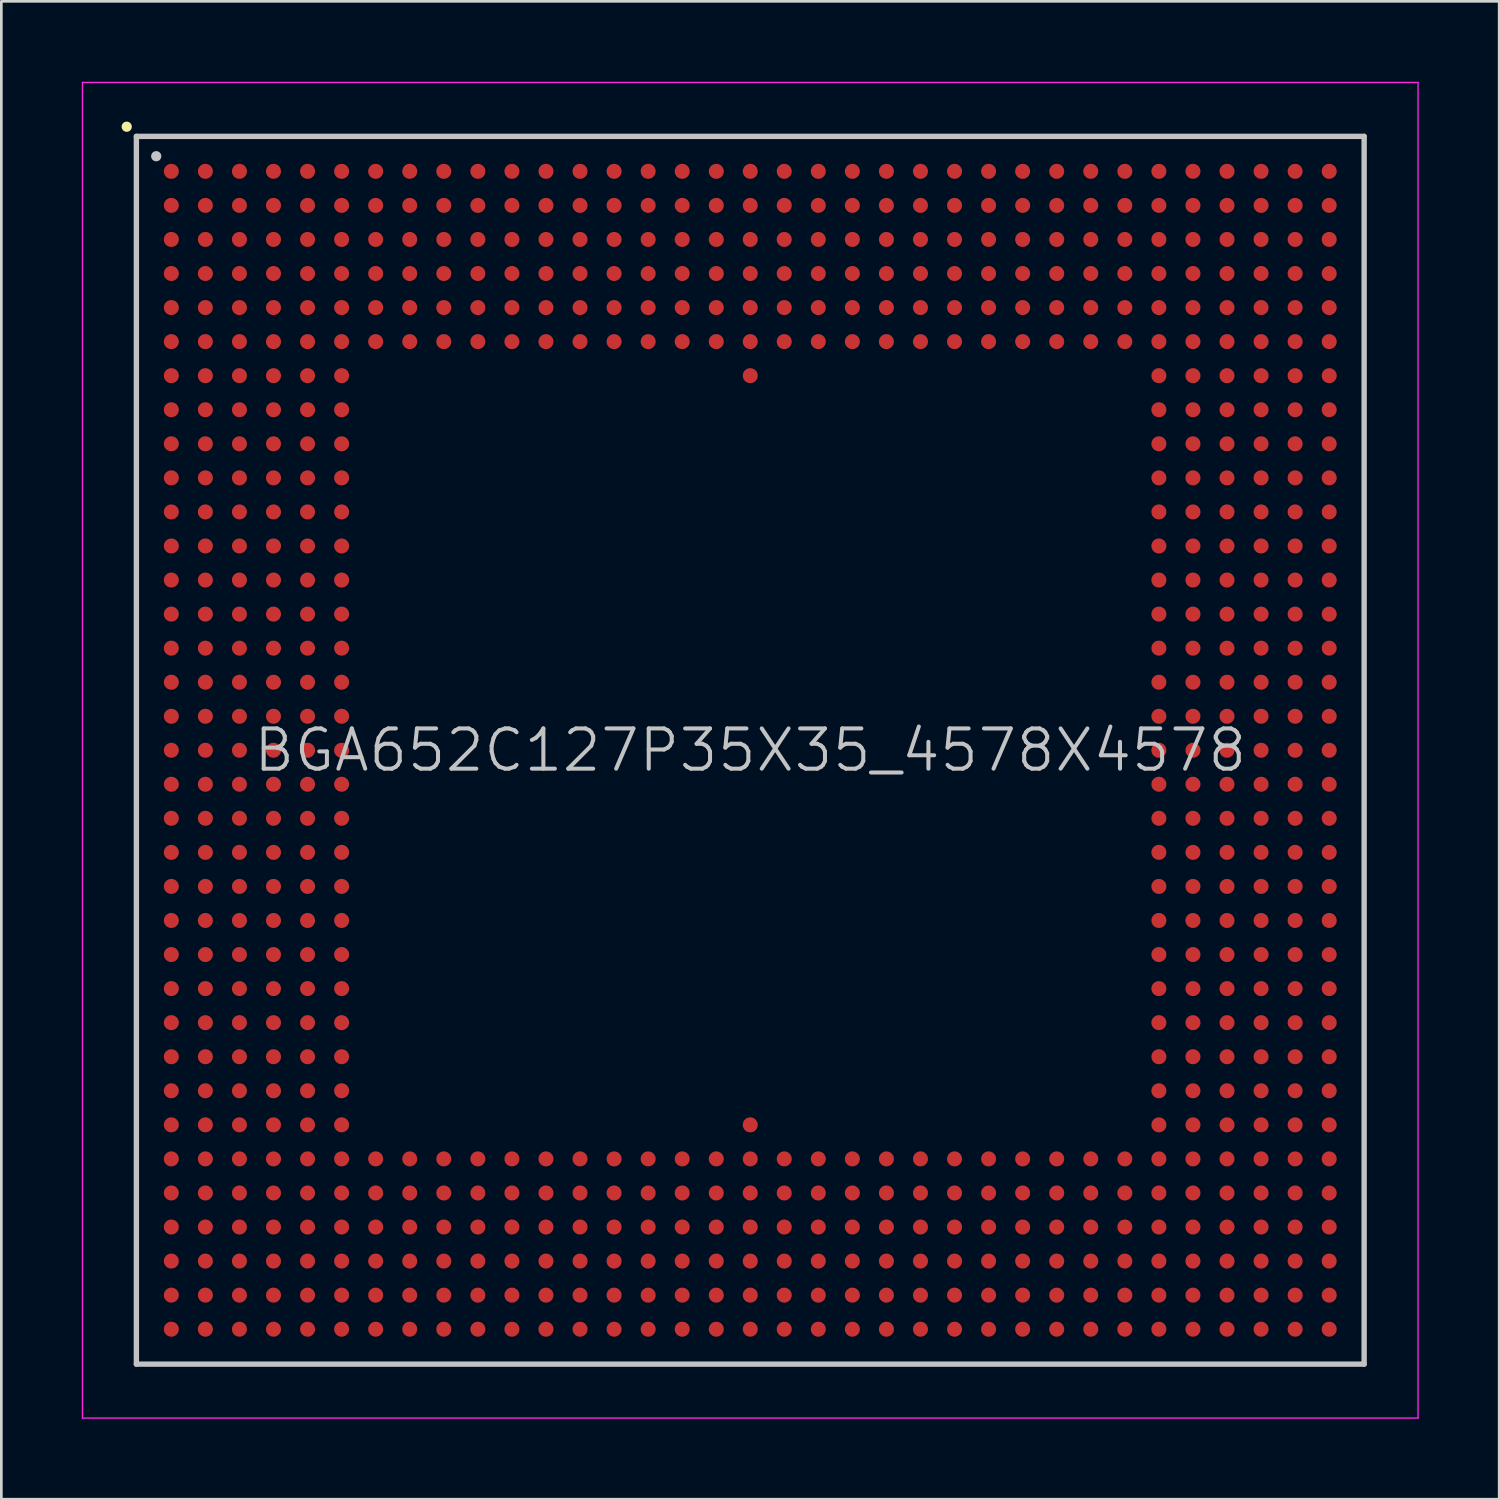
<source format=kicad_pcb>
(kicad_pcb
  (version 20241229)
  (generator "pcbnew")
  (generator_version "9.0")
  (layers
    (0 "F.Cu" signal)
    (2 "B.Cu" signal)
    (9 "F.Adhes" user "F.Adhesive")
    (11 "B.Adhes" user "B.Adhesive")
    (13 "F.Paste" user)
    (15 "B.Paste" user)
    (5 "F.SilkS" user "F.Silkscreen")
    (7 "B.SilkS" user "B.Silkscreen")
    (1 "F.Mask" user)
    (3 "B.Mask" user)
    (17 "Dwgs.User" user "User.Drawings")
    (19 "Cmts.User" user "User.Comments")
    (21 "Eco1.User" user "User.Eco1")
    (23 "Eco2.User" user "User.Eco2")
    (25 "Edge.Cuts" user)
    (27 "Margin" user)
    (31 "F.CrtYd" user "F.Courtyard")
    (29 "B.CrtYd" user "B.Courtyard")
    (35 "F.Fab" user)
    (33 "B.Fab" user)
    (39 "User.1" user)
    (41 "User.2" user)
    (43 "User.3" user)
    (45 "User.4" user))
  (footprint "BGA652C127P35X35_4578X4578"
    (layer "F.Cu")
    (at 24.925 24.925)
    (property "Reference" "BGA652C127P35X35_4578X4578" (at 0 0 0) (layer "Dwgs.User") (effects (font (size 1.5 1.5) (thickness 0.15))))
    (attr smd)
    (fp_line (start -23.25 -23.25) (end -23.25 -23.25) (stroke (width 0.381) (type solid)) (layer "F.SilkS"))
    (fp_line (start -22.89 -22.89) (end -22.89 22.89) (stroke (width 0.2) (type solid)) (layer "Dwgs.User"))
    (fp_line (start -22.89 -22.89) (end 22.89 -22.89) (stroke (width 0.2) (type solid)) (layer "Dwgs.User"))
    (fp_line (start -22.89 22.89) (end 22.89 22.89) (stroke (width 0.2) (type solid)) (layer "Dwgs.User"))
    (fp_line (start -22.15 -22.15) (end -22.15 -22.15) (stroke (width 0.381) (type solid)) (layer "Dwgs.User"))
    (fp_line (start 22.89 -22.89) (end 22.89 22.89) (stroke (width 0.2) (type solid)) (layer "Dwgs.User"))
    (fp_line (start -24.9 -24.9) (end -24.9 24.9) (stroke (width 0.05) (type solid)) (layer "F.CrtYd"))
    (fp_line (start -24.9 -24.9) (end 24.9 -24.9) (stroke (width 0.05) (type solid)) (layer "F.CrtYd"))
    (fp_line (start -24.9 24.9) (end 24.9 24.9) (stroke (width 0.05) (type solid)) (layer "F.CrtYd"))
    (fp_line (start 24.9 -24.9) (end 24.9 24.9) (stroke (width 0.05) (type solid)) (layer "F.CrtYd"))
    (pad "A1" smd circle (at -21.587 -21.587 270) (size 0.56 0.56) (layers "F.Cu" "F.Mask" "F.Paste"))
    (pad "A2" smd circle (at -20.317 -21.587 270) (size 0.56 0.56) (layers "F.Cu" "F.Mask" "F.Paste"))
    (pad "A3" smd circle (at -19.047 -21.587 270) (size 0.56 0.56) (layers "F.Cu" "F.Mask" "F.Paste"))
    (pad "A4" smd circle (at -17.777 -21.587 270) (size 0.56 0.56) (layers "F.Cu" "F.Mask" "F.Paste"))
    (pad "A5" smd circle (at -16.507 -21.587 270) (size 0.56 0.56) (layers "F.Cu" "F.Mask" "F.Paste"))
    (pad "A6" smd circle (at -15.237 -21.587 270) (size 0.56 0.56) (layers "F.Cu" "F.Mask" "F.Paste"))
    (pad "A7" smd circle (at -13.967 -21.587 270) (size 0.56 0.56) (layers "F.Cu" "F.Mask" "F.Paste"))
    (pad "A8" smd circle (at -12.697 -21.587 270) (size 0.56 0.56) (layers "F.Cu" "F.Mask" "F.Paste"))
    (pad "A9" smd circle (at -11.427 -21.587 270) (size 0.56 0.56) (layers "F.Cu" "F.Mask" "F.Paste"))
    (pad "A10" smd circle (at -10.157 -21.587 270) (size 0.56 0.56) (layers "F.Cu" "F.Mask" "F.Paste"))
    (pad "A11" smd circle (at -8.887 -21.587 270) (size 0.56 0.56) (layers "F.Cu" "F.Mask" "F.Paste"))
    (pad "A12" smd circle (at -7.617 -21.587 270) (size 0.56 0.56) (layers "F.Cu" "F.Mask" "F.Paste"))
    (pad "A13" smd circle (at -6.347 -21.587 270) (size 0.56 0.56) (layers "F.Cu" "F.Mask" "F.Paste"))
    (pad "A14" smd circle (at -5.077 -21.587 270) (size 0.56 0.56) (layers "F.Cu" "F.Mask" "F.Paste"))
    (pad "A15" smd circle (at -3.807 -21.587 270) (size 0.56 0.56) (layers "F.Cu" "F.Mask" "F.Paste"))
    (pad "A16" smd circle (at -2.537 -21.587 270) (size 0.56 0.56) (layers "F.Cu" "F.Mask" "F.Paste"))
    (pad "A17" smd circle (at -1.267 -21.587 270) (size 0.56 0.56) (layers "F.Cu" "F.Mask" "F.Paste"))
    (pad "A18" smd circle (at 0 -21.587 270) (size 0.56 0.56) (layers "F.Cu" "F.Mask" "F.Paste"))
    (pad "A19" smd circle (at 1.267 -21.587 270) (size 0.56 0.56) (layers "F.Cu" "F.Mask" "F.Paste"))
    (pad "A20" smd circle (at 2.537 -21.587 270) (size 0.56 0.56) (layers "F.Cu" "F.Mask" "F.Paste"))
    (pad "A21" smd circle (at 3.807 -21.587 270) (size 0.56 0.56) (layers "F.Cu" "F.Mask" "F.Paste"))
    (pad "A22" smd circle (at 5.077 -21.587 270) (size 0.56 0.56) (layers "F.Cu" "F.Mask" "F.Paste"))
    (pad "A23" smd circle (at 6.347 -21.587 270) (size 0.56 0.56) (layers "F.Cu" "F.Mask" "F.Paste"))
    (pad "A24" smd circle (at 7.617 -21.587 270) (size 0.56 0.56) (layers "F.Cu" "F.Mask" "F.Paste"))
    (pad "A25" smd circle (at 8.887 -21.587 270) (size 0.56 0.56) (layers "F.Cu" "F.Mask" "F.Paste"))
    (pad "A26" smd circle (at 10.157 -21.587 270) (size 0.56 0.56) (layers "F.Cu" "F.Mask" "F.Paste"))
    (pad "A27" smd circle (at 11.427 -21.587 270) (size 0.56 0.56) (layers "F.Cu" "F.Mask" "F.Paste"))
    (pad "A28" smd circle (at 12.697 -21.587 270) (size 0.56 0.56) (layers "F.Cu" "F.Mask" "F.Paste"))
    (pad "A29" smd circle (at 13.967 -21.587 270) (size 0.56 0.56) (layers "F.Cu" "F.Mask" "F.Paste"))
    (pad "A30" smd circle (at 15.237 -21.587 270) (size 0.56 0.56) (layers "F.Cu" "F.Mask" "F.Paste"))
    (pad "A31" smd circle (at 16.507 -21.587 270) (size 0.56 0.56) (layers "F.Cu" "F.Mask" "F.Paste"))
    (pad "A32" smd circle (at 17.777 -21.587 270) (size 0.56 0.56) (layers "F.Cu" "F.Mask" "F.Paste"))
    (pad "A33" smd circle (at 19.047 -21.587 270) (size 0.56 0.56) (layers "F.Cu" "F.Mask" "F.Paste"))
    (pad "A34" smd circle (at 20.317 -21.587 270) (size 0.56 0.56) (layers "F.Cu" "F.Mask" "F.Paste"))
    (pad "A35" smd circle (at 21.587 -21.587 270) (size 0.56 0.56) (layers "F.Cu" "F.Mask" "F.Paste"))
    (pad "AA1" smd circle (at -21.587 3.807 270) (size 0.56 0.56) (layers "F.Cu" "F.Mask" "F.Paste"))
    (pad "AA2" smd circle (at -20.317 3.807 270) (size 0.56 0.56) (layers "F.Cu" "F.Mask" "F.Paste"))
    (pad "AA3" smd circle (at -19.047 3.807 270) (size 0.56 0.56) (layers "F.Cu" "F.Mask" "F.Paste"))
    (pad "AA4" smd circle (at -17.777 3.807 270) (size 0.56 0.56) (layers "F.Cu" "F.Mask" "F.Paste"))
    (pad "AA5" smd circle (at -16.507 3.807 270) (size 0.56 0.56) (layers "F.Cu" "F.Mask" "F.Paste"))
    (pad "AA6" smd circle (at -15.237 3.807 270) (size 0.56 0.56) (layers "F.Cu" "F.Mask" "F.Paste"))
    (pad "AA30" smd circle (at 15.237 3.807 270) (size 0.56 0.56) (layers "F.Cu" "F.Mask" "F.Paste"))
    (pad "AA31" smd circle (at 16.507 3.807 270) (size 0.56 0.56) (layers "F.Cu" "F.Mask" "F.Paste"))
    (pad "AA32" smd circle (at 17.777 3.807 270) (size 0.56 0.56) (layers "F.Cu" "F.Mask" "F.Paste"))
    (pad "AA33" smd circle (at 19.047 3.807 270) (size 0.56 0.56) (layers "F.Cu" "F.Mask" "F.Paste"))
    (pad "AA34" smd circle (at 20.317 3.807 270) (size 0.56 0.56) (layers "F.Cu" "F.Mask" "F.Paste"))
    (pad "AA35" smd circle (at 21.587 3.807 270) (size 0.56 0.56) (layers "F.Cu" "F.Mask" "F.Paste"))
    (pad "AB1" smd circle (at -21.587 5.077 270) (size 0.56 0.56) (layers "F.Cu" "F.Mask" "F.Paste"))
    (pad "AB2" smd circle (at -20.317 5.077 270) (size 0.56 0.56) (layers "F.Cu" "F.Mask" "F.Paste"))
    (pad "AB3" smd circle (at -19.047 5.077 270) (size 0.56 0.56) (layers "F.Cu" "F.Mask" "F.Paste"))
    (pad "AB4" smd circle (at -17.777 5.077 270) (size 0.56 0.56) (layers "F.Cu" "F.Mask" "F.Paste"))
    (pad "AB5" smd circle (at -16.507 5.077 270) (size 0.56 0.56) (layers "F.Cu" "F.Mask" "F.Paste"))
    (pad "AB6" smd circle (at -15.237 5.077 270) (size 0.56 0.56) (layers "F.Cu" "F.Mask" "F.Paste"))
    (pad "AB30" smd circle (at 15.237 5.077 270) (size 0.56 0.56) (layers "F.Cu" "F.Mask" "F.Paste"))
    (pad "AB31" smd circle (at 16.507 5.077 270) (size 0.56 0.56) (layers "F.Cu" "F.Mask" "F.Paste"))
    (pad "AB32" smd circle (at 17.777 5.077 270) (size 0.56 0.56) (layers "F.Cu" "F.Mask" "F.Paste"))
    (pad "AB33" smd circle (at 19.047 5.077 270) (size 0.56 0.56) (layers "F.Cu" "F.Mask" "F.Paste"))
    (pad "AB34" smd circle (at 20.317 5.077 270) (size 0.56 0.56) (layers "F.Cu" "F.Mask" "F.Paste"))
    (pad "AB35" smd circle (at 21.587 5.077 270) (size 0.56 0.56) (layers "F.Cu" "F.Mask" "F.Paste"))
    (pad "AC1" smd circle (at -21.587 6.347 270) (size 0.56 0.56) (layers "F.Cu" "F.Mask" "F.Paste"))
    (pad "AC2" smd circle (at -20.317 6.347 270) (size 0.56 0.56) (layers "F.Cu" "F.Mask" "F.Paste"))
    (pad "AC3" smd circle (at -19.047 6.347 270) (size 0.56 0.56) (layers "F.Cu" "F.Mask" "F.Paste"))
    (pad "AC4" smd circle (at -17.777 6.347 270) (size 0.56 0.56) (layers "F.Cu" "F.Mask" "F.Paste"))
    (pad "AC5" smd circle (at -16.507 6.347 270) (size 0.56 0.56) (layers "F.Cu" "F.Mask" "F.Paste"))
    (pad "AC6" smd circle (at -15.237 6.347 270) (size 0.56 0.56) (layers "F.Cu" "F.Mask" "F.Paste"))
    (pad "AC30" smd circle (at 15.237 6.347 270) (size 0.56 0.56) (layers "F.Cu" "F.Mask" "F.Paste"))
    (pad "AC31" smd circle (at 16.507 6.347 270) (size 0.56 0.56) (layers "F.Cu" "F.Mask" "F.Paste"))
    (pad "AC32" smd circle (at 17.777 6.347 270) (size 0.56 0.56) (layers "F.Cu" "F.Mask" "F.Paste"))
    (pad "AC33" smd circle (at 19.047 6.347 270) (size 0.56 0.56) (layers "F.Cu" "F.Mask" "F.Paste"))
    (pad "AC34" smd circle (at 20.317 6.347 270) (size 0.56 0.56) (layers "F.Cu" "F.Mask" "F.Paste"))
    (pad "AC35" smd circle (at 21.587 6.347 270) (size 0.56 0.56) (layers "F.Cu" "F.Mask" "F.Paste"))
    (pad "AD1" smd circle (at -21.587 7.617 270) (size 0.56 0.56) (layers "F.Cu" "F.Mask" "F.Paste"))
    (pad "AD2" smd circle (at -20.317 7.617 270) (size 0.56 0.56) (layers "F.Cu" "F.Mask" "F.Paste"))
    (pad "AD3" smd circle (at -19.047 7.617 270) (size 0.56 0.56) (layers "F.Cu" "F.Mask" "F.Paste"))
    (pad "AD4" smd circle (at -17.777 7.617 270) (size 0.56 0.56) (layers "F.Cu" "F.Mask" "F.Paste"))
    (pad "AD5" smd circle (at -16.507 7.617 270) (size 0.56 0.56) (layers "F.Cu" "F.Mask" "F.Paste"))
    (pad "AD6" smd circle (at -15.237 7.617 270) (size 0.56 0.56) (layers "F.Cu" "F.Mask" "F.Paste"))
    (pad "AD30" smd circle (at 15.237 7.617 270) (size 0.56 0.56) (layers "F.Cu" "F.Mask" "F.Paste"))
    (pad "AD31" smd circle (at 16.507 7.617 270) (size 0.56 0.56) (layers "F.Cu" "F.Mask" "F.Paste"))
    (pad "AD32" smd circle (at 17.777 7.617 270) (size 0.56 0.56) (layers "F.Cu" "F.Mask" "F.Paste"))
    (pad "AD33" smd circle (at 19.047 7.617 270) (size 0.56 0.56) (layers "F.Cu" "F.Mask" "F.Paste"))
    (pad "AD34" smd circle (at 20.317 7.617 270) (size 0.56 0.56) (layers "F.Cu" "F.Mask" "F.Paste"))
    (pad "AD35" smd circle (at 21.587 7.617 270) (size 0.56 0.56) (layers "F.Cu" "F.Mask" "F.Paste"))
    (pad "AE1" smd circle (at -21.587 8.887 270) (size 0.56 0.56) (layers "F.Cu" "F.Mask" "F.Paste"))
    (pad "AE2" smd circle (at -20.317 8.887 270) (size 0.56 0.56) (layers "F.Cu" "F.Mask" "F.Paste"))
    (pad "AE3" smd circle (at -19.047 8.887 270) (size 0.56 0.56) (layers "F.Cu" "F.Mask" "F.Paste"))
    (pad "AE4" smd circle (at -17.777 8.887 270) (size 0.56 0.56) (layers "F.Cu" "F.Mask" "F.Paste"))
    (pad "AE5" smd circle (at -16.507 8.887 270) (size 0.56 0.56) (layers "F.Cu" "F.Mask" "F.Paste"))
    (pad "AE6" smd circle (at -15.237 8.887 270) (size 0.56 0.56) (layers "F.Cu" "F.Mask" "F.Paste"))
    (pad "AE30" smd circle (at 15.237 8.887 270) (size 0.56 0.56) (layers "F.Cu" "F.Mask" "F.Paste"))
    (pad "AE31" smd circle (at 16.507 8.887 270) (size 0.56 0.56) (layers "F.Cu" "F.Mask" "F.Paste"))
    (pad "AE32" smd circle (at 17.777 8.887 270) (size 0.56 0.56) (layers "F.Cu" "F.Mask" "F.Paste"))
    (pad "AE33" smd circle (at 19.047 8.887 270) (size 0.56 0.56) (layers "F.Cu" "F.Mask" "F.Paste"))
    (pad "AE34" smd circle (at 20.317 8.887 270) (size 0.56 0.56) (layers "F.Cu" "F.Mask" "F.Paste"))
    (pad "AE35" smd circle (at 21.587 8.887 270) (size 0.56 0.56) (layers "F.Cu" "F.Mask" "F.Paste"))
    (pad "AF1" smd circle (at -21.587 10.157 270) (size 0.56 0.56) (layers "F.Cu" "F.Mask" "F.Paste"))
    (pad "AF2" smd circle (at -20.317 10.157 270) (size 0.56 0.56) (layers "F.Cu" "F.Mask" "F.Paste"))
    (pad "AF3" smd circle (at -19.047 10.157 270) (size 0.56 0.56) (layers "F.Cu" "F.Mask" "F.Paste"))
    (pad "AF4" smd circle (at -17.777 10.157 270) (size 0.56 0.56) (layers "F.Cu" "F.Mask" "F.Paste"))
    (pad "AF5" smd circle (at -16.507 10.157 270) (size 0.56 0.56) (layers "F.Cu" "F.Mask" "F.Paste"))
    (pad "AF6" smd circle (at -15.237 10.157 270) (size 0.56 0.56) (layers "F.Cu" "F.Mask" "F.Paste"))
    (pad "AF30" smd circle (at 15.237 10.157 270) (size 0.56 0.56) (layers "F.Cu" "F.Mask" "F.Paste"))
    (pad "AF31" smd circle (at 16.507 10.157 270) (size 0.56 0.56) (layers "F.Cu" "F.Mask" "F.Paste"))
    (pad "AF32" smd circle (at 17.777 10.157 270) (size 0.56 0.56) (layers "F.Cu" "F.Mask" "F.Paste"))
    (pad "AF33" smd circle (at 19.047 10.157 270) (size 0.56 0.56) (layers "F.Cu" "F.Mask" "F.Paste"))
    (pad "AF34" smd circle (at 20.317 10.157 270) (size 0.56 0.56) (layers "F.Cu" "F.Mask" "F.Paste"))
    (pad "AF35" smd circle (at 21.587 10.157 270) (size 0.56 0.56) (layers "F.Cu" "F.Mask" "F.Paste"))
    (pad "AG1" smd circle (at -21.587 11.427 270) (size 0.56 0.56) (layers "F.Cu" "F.Mask" "F.Paste"))
    (pad "AG2" smd circle (at -20.317 11.427 270) (size 0.56 0.56) (layers "F.Cu" "F.Mask" "F.Paste"))
    (pad "AG3" smd circle (at -19.047 11.427 270) (size 0.56 0.56) (layers "F.Cu" "F.Mask" "F.Paste"))
    (pad "AG4" smd circle (at -17.777 11.427 270) (size 0.56 0.56) (layers "F.Cu" "F.Mask" "F.Paste"))
    (pad "AG5" smd circle (at -16.507 11.427 270) (size 0.56 0.56) (layers "F.Cu" "F.Mask" "F.Paste"))
    (pad "AG6" smd circle (at -15.237 11.427 270) (size 0.56 0.56) (layers "F.Cu" "F.Mask" "F.Paste"))
    (pad "AG30" smd circle (at 15.237 11.427 270) (size 0.56 0.56) (layers "F.Cu" "F.Mask" "F.Paste"))
    (pad "AG31" smd circle (at 16.507 11.427 270) (size 0.56 0.56) (layers "F.Cu" "F.Mask" "F.Paste"))
    (pad "AG32" smd circle (at 17.777 11.427 270) (size 0.56 0.56) (layers "F.Cu" "F.Mask" "F.Paste"))
    (pad "AG33" smd circle (at 19.047 11.427 270) (size 0.56 0.56) (layers "F.Cu" "F.Mask" "F.Paste"))
    (pad "AG34" smd circle (at 20.317 11.427 270) (size 0.56 0.56) (layers "F.Cu" "F.Mask" "F.Paste"))
    (pad "AG35" smd circle (at 21.587 11.427 270) (size 0.56 0.56) (layers "F.Cu" "F.Mask" "F.Paste"))
    (pad "AH1" smd circle (at -21.587 12.697 270) (size 0.56 0.56) (layers "F.Cu" "F.Mask" "F.Paste"))
    (pad "AH2" smd circle (at -20.317 12.697 270) (size 0.56 0.56) (layers "F.Cu" "F.Mask" "F.Paste"))
    (pad "AH3" smd circle (at -19.047 12.697 270) (size 0.56 0.56) (layers "F.Cu" "F.Mask" "F.Paste"))
    (pad "AH4" smd circle (at -17.777 12.697 270) (size 0.56 0.56) (layers "F.Cu" "F.Mask" "F.Paste"))
    (pad "AH5" smd circle (at -16.507 12.697 270) (size 0.56 0.56) (layers "F.Cu" "F.Mask" "F.Paste"))
    (pad "AH6" smd circle (at -15.237 12.697 270) (size 0.56 0.56) (layers "F.Cu" "F.Mask" "F.Paste"))
    (pad "AH30" smd circle (at 15.237 12.697 270) (size 0.56 0.56) (layers "F.Cu" "F.Mask" "F.Paste"))
    (pad "AH31" smd circle (at 16.507 12.697 270) (size 0.56 0.56) (layers "F.Cu" "F.Mask" "F.Paste"))
    (pad "AH32" smd circle (at 17.777 12.697 270) (size 0.56 0.56) (layers "F.Cu" "F.Mask" "F.Paste"))
    (pad "AH33" smd circle (at 19.047 12.697 270) (size 0.56 0.56) (layers "F.Cu" "F.Mask" "F.Paste"))
    (pad "AH34" smd circle (at 20.317 12.697 270) (size 0.56 0.56) (layers "F.Cu" "F.Mask" "F.Paste"))
    (pad "AH35" smd circle (at 21.587 12.697 270) (size 0.56 0.56) (layers "F.Cu" "F.Mask" "F.Paste"))
    (pad "AJ1" smd circle (at -21.587 13.967 270) (size 0.56 0.56) (layers "F.Cu" "F.Mask" "F.Paste"))
    (pad "AJ2" smd circle (at -20.317 13.967 270) (size 0.56 0.56) (layers "F.Cu" "F.Mask" "F.Paste"))
    (pad "AJ3" smd circle (at -19.047 13.967 270) (size 0.56 0.56) (layers "F.Cu" "F.Mask" "F.Paste"))
    (pad "AJ4" smd circle (at -17.777 13.967 270) (size 0.56 0.56) (layers "F.Cu" "F.Mask" "F.Paste"))
    (pad "AJ5" smd circle (at -16.507 13.967 270) (size 0.56 0.56) (layers "F.Cu" "F.Mask" "F.Paste"))
    (pad "AJ6" smd circle (at -15.237 13.967 270) (size 0.56 0.56) (layers "F.Cu" "F.Mask" "F.Paste"))
    (pad "AJ18" smd circle (at 0 13.967 270) (size 0.56 0.56) (layers "F.Cu" "F.Mask" "F.Paste"))
    (pad "AJ30" smd circle (at 15.237 13.967 270) (size 0.56 0.56) (layers "F.Cu" "F.Mask" "F.Paste"))
    (pad "AJ31" smd circle (at 16.507 13.967 270) (size 0.56 0.56) (layers "F.Cu" "F.Mask" "F.Paste"))
    (pad "AJ32" smd circle (at 17.777 13.967 270) (size 0.56 0.56) (layers "F.Cu" "F.Mask" "F.Paste"))
    (pad "AJ33" smd circle (at 19.047 13.967 270) (size 0.56 0.56) (layers "F.Cu" "F.Mask" "F.Paste"))
    (pad "AJ34" smd circle (at 20.317 13.967 270) (size 0.56 0.56) (layers "F.Cu" "F.Mask" "F.Paste"))
    (pad "AJ35" smd circle (at 21.587 13.967 270) (size 0.56 0.56) (layers "F.Cu" "F.Mask" "F.Paste"))
    (pad "AK1" smd circle (at -21.587 15.237 270) (size 0.56 0.56) (layers "F.Cu" "F.Mask" "F.Paste"))
    (pad "AK2" smd circle (at -20.317 15.237 270) (size 0.56 0.56) (layers "F.Cu" "F.Mask" "F.Paste"))
    (pad "AK3" smd circle (at -19.047 15.237 270) (size 0.56 0.56) (layers "F.Cu" "F.Mask" "F.Paste"))
    (pad "AK4" smd circle (at -17.777 15.237 270) (size 0.56 0.56) (layers "F.Cu" "F.Mask" "F.Paste"))
    (pad "AK5" smd circle (at -16.507 15.237 270) (size 0.56 0.56) (layers "F.Cu" "F.Mask" "F.Paste"))
    (pad "AK6" smd circle (at -15.237 15.237 270) (size 0.56 0.56) (layers "F.Cu" "F.Mask" "F.Paste"))
    (pad "AK7" smd circle (at -13.967 15.237 270) (size 0.56 0.56) (layers "F.Cu" "F.Mask" "F.Paste"))
    (pad "AK8" smd circle (at -12.697 15.237 270) (size 0.56 0.56) (layers "F.Cu" "F.Mask" "F.Paste"))
    (pad "AK9" smd circle (at -11.427 15.237 270) (size 0.56 0.56) (layers "F.Cu" "F.Mask" "F.Paste"))
    (pad "AK10" smd circle (at -10.157 15.237 270) (size 0.56 0.56) (layers "F.Cu" "F.Mask" "F.Paste"))
    (pad "AK11" smd circle (at -8.887 15.237 270) (size 0.56 0.56) (layers "F.Cu" "F.Mask" "F.Paste"))
    (pad "AK12" smd circle (at -7.617 15.237 270) (size 0.56 0.56) (layers "F.Cu" "F.Mask" "F.Paste"))
    (pad "AK13" smd circle (at -6.347 15.237 270) (size 0.56 0.56) (layers "F.Cu" "F.Mask" "F.Paste"))
    (pad "AK14" smd circle (at -5.077 15.237 270) (size 0.56 0.56) (layers "F.Cu" "F.Mask" "F.Paste"))
    (pad "AK15" smd circle (at -3.807 15.237 270) (size 0.56 0.56) (layers "F.Cu" "F.Mask" "F.Paste"))
    (pad "AK16" smd circle (at -2.537 15.237 270) (size 0.56 0.56) (layers "F.Cu" "F.Mask" "F.Paste"))
    (pad "AK17" smd circle (at -1.267 15.237 270) (size 0.56 0.56) (layers "F.Cu" "F.Mask" "F.Paste"))
    (pad "AK18" smd circle (at 0 15.237 270) (size 0.56 0.56) (layers "F.Cu" "F.Mask" "F.Paste"))
    (pad "AK19" smd circle (at 1.267 15.237 270) (size 0.56 0.56) (layers "F.Cu" "F.Mask" "F.Paste"))
    (pad "AK20" smd circle (at 2.537 15.237 270) (size 0.56 0.56) (layers "F.Cu" "F.Mask" "F.Paste"))
    (pad "AK21" smd circle (at 3.807 15.237 270) (size 0.56 0.56) (layers "F.Cu" "F.Mask" "F.Paste"))
    (pad "AK22" smd circle (at 5.077 15.237 270) (size 0.56 0.56) (layers "F.Cu" "F.Mask" "F.Paste"))
    (pad "AK23" smd circle (at 6.347 15.237 270) (size 0.56 0.56) (layers "F.Cu" "F.Mask" "F.Paste"))
    (pad "AK24" smd circle (at 7.617 15.237 270) (size 0.56 0.56) (layers "F.Cu" "F.Mask" "F.Paste"))
    (pad "AK25" smd circle (at 8.887 15.237 270) (size 0.56 0.56) (layers "F.Cu" "F.Mask" "F.Paste"))
    (pad "AK26" smd circle (at 10.157 15.237 270) (size 0.56 0.56) (layers "F.Cu" "F.Mask" "F.Paste"))
    (pad "AK27" smd circle (at 11.427 15.237 270) (size 0.56 0.56) (layers "F.Cu" "F.Mask" "F.Paste"))
    (pad "AK28" smd circle (at 12.697 15.237 270) (size 0.56 0.56) (layers "F.Cu" "F.Mask" "F.Paste"))
    (pad "AK29" smd circle (at 13.967 15.237 270) (size 0.56 0.56) (layers "F.Cu" "F.Mask" "F.Paste"))
    (pad "AK30" smd circle (at 15.237 15.237 270) (size 0.56 0.56) (layers "F.Cu" "F.Mask" "F.Paste"))
    (pad "AK31" smd circle (at 16.507 15.237 270) (size 0.56 0.56) (layers "F.Cu" "F.Mask" "F.Paste"))
    (pad "AK32" smd circle (at 17.777 15.237 270) (size 0.56 0.56) (layers "F.Cu" "F.Mask" "F.Paste"))
    (pad "AK33" smd circle (at 19.047 15.237 270) (size 0.56 0.56) (layers "F.Cu" "F.Mask" "F.Paste"))
    (pad "AK34" smd circle (at 20.317 15.237 270) (size 0.56 0.56) (layers "F.Cu" "F.Mask" "F.Paste"))
    (pad "AK35" smd circle (at 21.587 15.237 270) (size 0.56 0.56) (layers "F.Cu" "F.Mask" "F.Paste"))
    (pad "AL1" smd circle (at -21.587 16.507 270) (size 0.56 0.56) (layers "F.Cu" "F.Mask" "F.Paste"))
    (pad "AL2" smd circle (at -20.317 16.507 270) (size 0.56 0.56) (layers "F.Cu" "F.Mask" "F.Paste"))
    (pad "AL3" smd circle (at -19.047 16.507 270) (size 0.56 0.56) (layers "F.Cu" "F.Mask" "F.Paste"))
    (pad "AL4" smd circle (at -17.777 16.507 270) (size 0.56 0.56) (layers "F.Cu" "F.Mask" "F.Paste"))
    (pad "AL5" smd circle (at -16.507 16.507 270) (size 0.56 0.56) (layers "F.Cu" "F.Mask" "F.Paste"))
    (pad "AL6" smd circle (at -15.237 16.507 270) (size 0.56 0.56) (layers "F.Cu" "F.Mask" "F.Paste"))
    (pad "AL7" smd circle (at -13.967 16.507 270) (size 0.56 0.56) (layers "F.Cu" "F.Mask" "F.Paste"))
    (pad "AL8" smd circle (at -12.697 16.507 270) (size 0.56 0.56) (layers "F.Cu" "F.Mask" "F.Paste"))
    (pad "AL9" smd circle (at -11.427 16.507 270) (size 0.56 0.56) (layers "F.Cu" "F.Mask" "F.Paste"))
    (pad "AL10" smd circle (at -10.157 16.507 270) (size 0.56 0.56) (layers "F.Cu" "F.Mask" "F.Paste"))
    (pad "AL11" smd circle (at -8.887 16.507 270) (size 0.56 0.56) (layers "F.Cu" "F.Mask" "F.Paste"))
    (pad "AL12" smd circle (at -7.617 16.507 270) (size 0.56 0.56) (layers "F.Cu" "F.Mask" "F.Paste"))
    (pad "AL13" smd circle (at -6.347 16.507 270) (size 0.56 0.56) (layers "F.Cu" "F.Mask" "F.Paste"))
    (pad "AL14" smd circle (at -5.077 16.507 270) (size 0.56 0.56) (layers "F.Cu" "F.Mask" "F.Paste"))
    (pad "AL15" smd circle (at -3.807 16.507 270) (size 0.56 0.56) (layers "F.Cu" "F.Mask" "F.Paste"))
    (pad "AL16" smd circle (at -2.537 16.507 270) (size 0.56 0.56) (layers "F.Cu" "F.Mask" "F.Paste"))
    (pad "AL17" smd circle (at -1.267 16.507 270) (size 0.56 0.56) (layers "F.Cu" "F.Mask" "F.Paste"))
    (pad "AL18" smd circle (at 0 16.507 270) (size 0.56 0.56) (layers "F.Cu" "F.Mask" "F.Paste"))
    (pad "AL19" smd circle (at 1.267 16.507 270) (size 0.56 0.56) (layers "F.Cu" "F.Mask" "F.Paste"))
    (pad "AL20" smd circle (at 2.537 16.507 270) (size 0.56 0.56) (layers "F.Cu" "F.Mask" "F.Paste"))
    (pad "AL21" smd circle (at 3.807 16.507 270) (size 0.56 0.56) (layers "F.Cu" "F.Mask" "F.Paste"))
    (pad "AL22" smd circle (at 5.077 16.507 270) (size 0.56 0.56) (layers "F.Cu" "F.Mask" "F.Paste"))
    (pad "AL23" smd circle (at 6.347 16.507 270) (size 0.56 0.56) (layers "F.Cu" "F.Mask" "F.Paste"))
    (pad "AL24" smd circle (at 7.617 16.507 270) (size 0.56 0.56) (layers "F.Cu" "F.Mask" "F.Paste"))
    (pad "AL25" smd circle (at 8.887 16.507 270) (size 0.56 0.56) (layers "F.Cu" "F.Mask" "F.Paste"))
    (pad "AL26" smd circle (at 10.157 16.507 270) (size 0.56 0.56) (layers "F.Cu" "F.Mask" "F.Paste"))
    (pad "AL27" smd circle (at 11.427 16.507 270) (size 0.56 0.56) (layers "F.Cu" "F.Mask" "F.Paste"))
    (pad "AL28" smd circle (at 12.697 16.507 270) (size 0.56 0.56) (layers "F.Cu" "F.Mask" "F.Paste"))
    (pad "AL29" smd circle (at 13.967 16.507 270) (size 0.56 0.56) (layers "F.Cu" "F.Mask" "F.Paste"))
    (pad "AL30" smd circle (at 15.237 16.507 270) (size 0.56 0.56) (layers "F.Cu" "F.Mask" "F.Paste"))
    (pad "AL31" smd circle (at 16.507 16.507 270) (size 0.56 0.56) (layers "F.Cu" "F.Mask" "F.Paste"))
    (pad "AL32" smd circle (at 17.777 16.507 270) (size 0.56 0.56) (layers "F.Cu" "F.Mask" "F.Paste"))
    (pad "AL33" smd circle (at 19.047 16.507 270) (size 0.56 0.56) (layers "F.Cu" "F.Mask" "F.Paste"))
    (pad "AL34" smd circle (at 20.317 16.507 270) (size 0.56 0.56) (layers "F.Cu" "F.Mask" "F.Paste"))
    (pad "AL35" smd circle (at 21.587 16.507 270) (size 0.56 0.56) (layers "F.Cu" "F.Mask" "F.Paste"))
    (pad "AM1" smd circle (at -21.587 17.777 270) (size 0.56 0.56) (layers "F.Cu" "F.Mask" "F.Paste"))
    (pad "AM2" smd circle (at -20.317 17.777 270) (size 0.56 0.56) (layers "F.Cu" "F.Mask" "F.Paste"))
    (pad "AM3" smd circle (at -19.047 17.777 270) (size 0.56 0.56) (layers "F.Cu" "F.Mask" "F.Paste"))
    (pad "AM4" smd circle (at -17.777 17.777 270) (size 0.56 0.56) (layers "F.Cu" "F.Mask" "F.Paste"))
    (pad "AM5" smd circle (at -16.507 17.777 270) (size 0.56 0.56) (layers "F.Cu" "F.Mask" "F.Paste"))
    (pad "AM6" smd circle (at -15.237 17.777 270) (size 0.56 0.56) (layers "F.Cu" "F.Mask" "F.Paste"))
    (pad "AM7" smd circle (at -13.967 17.777 270) (size 0.56 0.56) (layers "F.Cu" "F.Mask" "F.Paste"))
    (pad "AM8" smd circle (at -12.697 17.777 270) (size 0.56 0.56) (layers "F.Cu" "F.Mask" "F.Paste"))
    (pad "AM9" smd circle (at -11.427 17.777 270) (size 0.56 0.56) (layers "F.Cu" "F.Mask" "F.Paste"))
    (pad "AM10" smd circle (at -10.157 17.777 270) (size 0.56 0.56) (layers "F.Cu" "F.Mask" "F.Paste"))
    (pad "AM11" smd circle (at -8.887 17.777 270) (size 0.56 0.56) (layers "F.Cu" "F.Mask" "F.Paste"))
    (pad "AM12" smd circle (at -7.617 17.777 270) (size 0.56 0.56) (layers "F.Cu" "F.Mask" "F.Paste"))
    (pad "AM13" smd circle (at -6.347 17.777 270) (size 0.56 0.56) (layers "F.Cu" "F.Mask" "F.Paste"))
    (pad "AM14" smd circle (at -5.077 17.777 270) (size 0.56 0.56) (layers "F.Cu" "F.Mask" "F.Paste"))
    (pad "AM15" smd circle (at -3.807 17.777 270) (size 0.56 0.56) (layers "F.Cu" "F.Mask" "F.Paste"))
    (pad "AM16" smd circle (at -2.537 17.777 270) (size 0.56 0.56) (layers "F.Cu" "F.Mask" "F.Paste"))
    (pad "AM17" smd circle (at -1.267 17.777 270) (size 0.56 0.56) (layers "F.Cu" "F.Mask" "F.Paste"))
    (pad "AM18" smd circle (at 0 17.777 270) (size 0.56 0.56) (layers "F.Cu" "F.Mask" "F.Paste"))
    (pad "AM19" smd circle (at 1.267 17.777 270) (size 0.56 0.56) (layers "F.Cu" "F.Mask" "F.Paste"))
    (pad "AM20" smd circle (at 2.537 17.777 270) (size 0.56 0.56) (layers "F.Cu" "F.Mask" "F.Paste"))
    (pad "AM21" smd circle (at 3.807 17.777 270) (size 0.56 0.56) (layers "F.Cu" "F.Mask" "F.Paste"))
    (pad "AM22" smd circle (at 5.077 17.777 270) (size 0.56 0.56) (layers "F.Cu" "F.Mask" "F.Paste"))
    (pad "AM23" smd circle (at 6.347 17.777 270) (size 0.56 0.56) (layers "F.Cu" "F.Mask" "F.Paste"))
    (pad "AM24" smd circle (at 7.617 17.777 270) (size 0.56 0.56) (layers "F.Cu" "F.Mask" "F.Paste"))
    (pad "AM25" smd circle (at 8.887 17.777 270) (size 0.56 0.56) (layers "F.Cu" "F.Mask" "F.Paste"))
    (pad "AM26" smd circle (at 10.157 17.777 270) (size 0.56 0.56) (layers "F.Cu" "F.Mask" "F.Paste"))
    (pad "AM27" smd circle (at 11.427 17.777 270) (size 0.56 0.56) (layers "F.Cu" "F.Mask" "F.Paste"))
    (pad "AM28" smd circle (at 12.697 17.777 270) (size 0.56 0.56) (layers "F.Cu" "F.Mask" "F.Paste"))
    (pad "AM29" smd circle (at 13.967 17.777 270) (size 0.56 0.56) (layers "F.Cu" "F.Mask" "F.Paste"))
    (pad "AM30" smd circle (at 15.237 17.777 270) (size 0.56 0.56) (layers "F.Cu" "F.Mask" "F.Paste"))
    (pad "AM31" smd circle (at 16.507 17.777 270) (size 0.56 0.56) (layers "F.Cu" "F.Mask" "F.Paste"))
    (pad "AM32" smd circle (at 17.777 17.777 270) (size 0.56 0.56) (layers "F.Cu" "F.Mask" "F.Paste"))
    (pad "AM33" smd circle (at 19.047 17.777 270) (size 0.56 0.56) (layers "F.Cu" "F.Mask" "F.Paste"))
    (pad "AM34" smd circle (at 20.317 17.777 270) (size 0.56 0.56) (layers "F.Cu" "F.Mask" "F.Paste"))
    (pad "AM35" smd circle (at 21.587 17.777 270) (size 0.56 0.56) (layers "F.Cu" "F.Mask" "F.Paste"))
    (pad "AN1" smd circle (at -21.587 19.047 270) (size 0.56 0.56) (layers "F.Cu" "F.Mask" "F.Paste"))
    (pad "AN2" smd circle (at -20.317 19.047 270) (size 0.56 0.56) (layers "F.Cu" "F.Mask" "F.Paste"))
    (pad "AN3" smd circle (at -19.047 19.047 270) (size 0.56 0.56) (layers "F.Cu" "F.Mask" "F.Paste"))
    (pad "AN4" smd circle (at -17.777 19.047 270) (size 0.56 0.56) (layers "F.Cu" "F.Mask" "F.Paste"))
    (pad "AN5" smd circle (at -16.507 19.047 270) (size 0.56 0.56) (layers "F.Cu" "F.Mask" "F.Paste"))
    (pad "AN6" smd circle (at -15.237 19.047 270) (size 0.56 0.56) (layers "F.Cu" "F.Mask" "F.Paste"))
    (pad "AN7" smd circle (at -13.967 19.047 270) (size 0.56 0.56) (layers "F.Cu" "F.Mask" "F.Paste"))
    (pad "AN8" smd circle (at -12.697 19.047 270) (size 0.56 0.56) (layers "F.Cu" "F.Mask" "F.Paste"))
    (pad "AN9" smd circle (at -11.427 19.047 270) (size 0.56 0.56) (layers "F.Cu" "F.Mask" "F.Paste"))
    (pad "AN10" smd circle (at -10.157 19.047 270) (size 0.56 0.56) (layers "F.Cu" "F.Mask" "F.Paste"))
    (pad "AN11" smd circle (at -8.887 19.047 270) (size 0.56 0.56) (layers "F.Cu" "F.Mask" "F.Paste"))
    (pad "AN12" smd circle (at -7.617 19.047 270) (size 0.56 0.56) (layers "F.Cu" "F.Mask" "F.Paste"))
    (pad "AN13" smd circle (at -6.347 19.047 270) (size 0.56 0.56) (layers "F.Cu" "F.Mask" "F.Paste"))
    (pad "AN14" smd circle (at -5.077 19.047 270) (size 0.56 0.56) (layers "F.Cu" "F.Mask" "F.Paste"))
    (pad "AN15" smd circle (at -3.807 19.047 270) (size 0.56 0.56) (layers "F.Cu" "F.Mask" "F.Paste"))
    (pad "AN16" smd circle (at -2.537 19.047 270) (size 0.56 0.56) (layers "F.Cu" "F.Mask" "F.Paste"))
    (pad "AN17" smd circle (at -1.267 19.047 270) (size 0.56 0.56) (layers "F.Cu" "F.Mask" "F.Paste"))
    (pad "AN18" smd circle (at 0 19.047 270) (size 0.56 0.56) (layers "F.Cu" "F.Mask" "F.Paste"))
    (pad "AN19" smd circle (at 1.267 19.047 270) (size 0.56 0.56) (layers "F.Cu" "F.Mask" "F.Paste"))
    (pad "AN20" smd circle (at 2.537 19.047 270) (size 0.56 0.56) (layers "F.Cu" "F.Mask" "F.Paste"))
    (pad "AN21" smd circle (at 3.807 19.047 270) (size 0.56 0.56) (layers "F.Cu" "F.Mask" "F.Paste"))
    (pad "AN22" smd circle (at 5.077 19.047 270) (size 0.56 0.56) (layers "F.Cu" "F.Mask" "F.Paste"))
    (pad "AN23" smd circle (at 6.347 19.047 270) (size 0.56 0.56) (layers "F.Cu" "F.Mask" "F.Paste"))
    (pad "AN24" smd circle (at 7.617 19.047 270) (size 0.56 0.56) (layers "F.Cu" "F.Mask" "F.Paste"))
    (pad "AN25" smd circle (at 8.887 19.047 270) (size 0.56 0.56) (layers "F.Cu" "F.Mask" "F.Paste"))
    (pad "AN26" smd circle (at 10.157 19.047 270) (size 0.56 0.56) (layers "F.Cu" "F.Mask" "F.Paste"))
    (pad "AN27" smd circle (at 11.427 19.047 270) (size 0.56 0.56) (layers "F.Cu" "F.Mask" "F.Paste"))
    (pad "AN28" smd circle (at 12.697 19.047 270) (size 0.56 0.56) (layers "F.Cu" "F.Mask" "F.Paste"))
    (pad "AN29" smd circle (at 13.967 19.047 270) (size 0.56 0.56) (layers "F.Cu" "F.Mask" "F.Paste"))
    (pad "AN30" smd circle (at 15.237 19.047 270) (size 0.56 0.56) (layers "F.Cu" "F.Mask" "F.Paste"))
    (pad "AN31" smd circle (at 16.507 19.047 270) (size 0.56 0.56) (layers "F.Cu" "F.Mask" "F.Paste"))
    (pad "AN32" smd circle (at 17.777 19.047 270) (size 0.56 0.56) (layers "F.Cu" "F.Mask" "F.Paste"))
    (pad "AN33" smd circle (at 19.047 19.047 270) (size 0.56 0.56) (layers "F.Cu" "F.Mask" "F.Paste"))
    (pad "AN34" smd circle (at 20.317 19.047 270) (size 0.56 0.56) (layers "F.Cu" "F.Mask" "F.Paste"))
    (pad "AN35" smd circle (at 21.587 19.047 270) (size 0.56 0.56) (layers "F.Cu" "F.Mask" "F.Paste"))
    (pad "AP1" smd circle (at -21.587 20.317 270) (size 0.56 0.56) (layers "F.Cu" "F.Mask" "F.Paste"))
    (pad "AP2" smd circle (at -20.317 20.317 270) (size 0.56 0.56) (layers "F.Cu" "F.Mask" "F.Paste"))
    (pad "AP3" smd circle (at -19.047 20.317 270) (size 0.56 0.56) (layers "F.Cu" "F.Mask" "F.Paste"))
    (pad "AP4" smd circle (at -17.777 20.317 270) (size 0.56 0.56) (layers "F.Cu" "F.Mask" "F.Paste"))
    (pad "AP5" smd circle (at -16.507 20.317 270) (size 0.56 0.56) (layers "F.Cu" "F.Mask" "F.Paste"))
    (pad "AP6" smd circle (at -15.237 20.317 270) (size 0.56 0.56) (layers "F.Cu" "F.Mask" "F.Paste"))
    (pad "AP7" smd circle (at -13.967 20.317 270) (size 0.56 0.56) (layers "F.Cu" "F.Mask" "F.Paste"))
    (pad "AP8" smd circle (at -12.697 20.317 270) (size 0.56 0.56) (layers "F.Cu" "F.Mask" "F.Paste"))
    (pad "AP9" smd circle (at -11.427 20.317 270) (size 0.56 0.56) (layers "F.Cu" "F.Mask" "F.Paste"))
    (pad "AP10" smd circle (at -10.157 20.317 270) (size 0.56 0.56) (layers "F.Cu" "F.Mask" "F.Paste"))
    (pad "AP11" smd circle (at -8.887 20.317 270) (size 0.56 0.56) (layers "F.Cu" "F.Mask" "F.Paste"))
    (pad "AP12" smd circle (at -7.617 20.317 270) (size 0.56 0.56) (layers "F.Cu" "F.Mask" "F.Paste"))
    (pad "AP13" smd circle (at -6.347 20.317 270) (size 0.56 0.56) (layers "F.Cu" "F.Mask" "F.Paste"))
    (pad "AP14" smd circle (at -5.077 20.317 270) (size 0.56 0.56) (layers "F.Cu" "F.Mask" "F.Paste"))
    (pad "AP15" smd circle (at -3.807 20.317 270) (size 0.56 0.56) (layers "F.Cu" "F.Mask" "F.Paste"))
    (pad "AP16" smd circle (at -2.537 20.317 270) (size 0.56 0.56) (layers "F.Cu" "F.Mask" "F.Paste"))
    (pad "AP17" smd circle (at -1.267 20.317 270) (size 0.56 0.56) (layers "F.Cu" "F.Mask" "F.Paste"))
    (pad "AP18" smd circle (at 0 20.317 270) (size 0.56 0.56) (layers "F.Cu" "F.Mask" "F.Paste"))
    (pad "AP19" smd circle (at 1.267 20.317 270) (size 0.56 0.56) (layers "F.Cu" "F.Mask" "F.Paste"))
    (pad "AP20" smd circle (at 2.537 20.317 270) (size 0.56 0.56) (layers "F.Cu" "F.Mask" "F.Paste"))
    (pad "AP21" smd circle (at 3.807 20.317 270) (size 0.56 0.56) (layers "F.Cu" "F.Mask" "F.Paste"))
    (pad "AP22" smd circle (at 5.077 20.317 270) (size 0.56 0.56) (layers "F.Cu" "F.Mask" "F.Paste"))
    (pad "AP23" smd circle (at 6.347 20.317 270) (size 0.56 0.56) (layers "F.Cu" "F.Mask" "F.Paste"))
    (pad "AP24" smd circle (at 7.617 20.317 270) (size 0.56 0.56) (layers "F.Cu" "F.Mask" "F.Paste"))
    (pad "AP25" smd circle (at 8.887 20.317 270) (size 0.56 0.56) (layers "F.Cu" "F.Mask" "F.Paste"))
    (pad "AP26" smd circle (at 10.157 20.317 270) (size 0.56 0.56) (layers "F.Cu" "F.Mask" "F.Paste"))
    (pad "AP27" smd circle (at 11.427 20.317 270) (size 0.56 0.56) (layers "F.Cu" "F.Mask" "F.Paste"))
    (pad "AP28" smd circle (at 12.697 20.317 270) (size 0.56 0.56) (layers "F.Cu" "F.Mask" "F.Paste"))
    (pad "AP29" smd circle (at 13.967 20.317 270) (size 0.56 0.56) (layers "F.Cu" "F.Mask" "F.Paste"))
    (pad "AP30" smd circle (at 15.237 20.317 270) (size 0.56 0.56) (layers "F.Cu" "F.Mask" "F.Paste"))
    (pad "AP31" smd circle (at 16.507 20.317 270) (size 0.56 0.56) (layers "F.Cu" "F.Mask" "F.Paste"))
    (pad "AP32" smd circle (at 17.777 20.317 270) (size 0.56 0.56) (layers "F.Cu" "F.Mask" "F.Paste"))
    (pad "AP33" smd circle (at 19.047 20.317 270) (size 0.56 0.56) (layers "F.Cu" "F.Mask" "F.Paste"))
    (pad "AP34" smd circle (at 20.317 20.317 270) (size 0.56 0.56) (layers "F.Cu" "F.Mask" "F.Paste"))
    (pad "AP35" smd circle (at 21.587 20.317 270) (size 0.56 0.56) (layers "F.Cu" "F.Mask" "F.Paste"))
    (pad "AR1" smd circle (at -21.587 21.587 270) (size 0.56 0.56) (layers "F.Cu" "F.Mask" "F.Paste"))
    (pad "AR2" smd circle (at -20.317 21.587 270) (size 0.56 0.56) (layers "F.Cu" "F.Mask" "F.Paste"))
    (pad "AR3" smd circle (at -19.047 21.587 270) (size 0.56 0.56) (layers "F.Cu" "F.Mask" "F.Paste"))
    (pad "AR4" smd circle (at -17.777 21.587 270) (size 0.56 0.56) (layers "F.Cu" "F.Mask" "F.Paste"))
    (pad "AR5" smd circle (at -16.507 21.587 270) (size 0.56 0.56) (layers "F.Cu" "F.Mask" "F.Paste"))
    (pad "AR6" smd circle (at -15.237 21.587 270) (size 0.56 0.56) (layers "F.Cu" "F.Mask" "F.Paste"))
    (pad "AR7" smd circle (at -13.967 21.587 270) (size 0.56 0.56) (layers "F.Cu" "F.Mask" "F.Paste"))
    (pad "AR8" smd circle (at -12.697 21.587 270) (size 0.56 0.56) (layers "F.Cu" "F.Mask" "F.Paste"))
    (pad "AR9" smd circle (at -11.427 21.587 270) (size 0.56 0.56) (layers "F.Cu" "F.Mask" "F.Paste"))
    (pad "AR10" smd circle (at -10.157 21.587 270) (size 0.56 0.56) (layers "F.Cu" "F.Mask" "F.Paste"))
    (pad "AR11" smd circle (at -8.887 21.587 270) (size 0.56 0.56) (layers "F.Cu" "F.Mask" "F.Paste"))
    (pad "AR12" smd circle (at -7.617 21.587 270) (size 0.56 0.56) (layers "F.Cu" "F.Mask" "F.Paste"))
    (pad "AR13" smd circle (at -6.347 21.587 270) (size 0.56 0.56) (layers "F.Cu" "F.Mask" "F.Paste"))
    (pad "AR14" smd circle (at -5.077 21.587 270) (size 0.56 0.56) (layers "F.Cu" "F.Mask" "F.Paste"))
    (pad "AR15" smd circle (at -3.807 21.587 270) (size 0.56 0.56) (layers "F.Cu" "F.Mask" "F.Paste"))
    (pad "AR16" smd circle (at -2.537 21.587 270) (size 0.56 0.56) (layers "F.Cu" "F.Mask" "F.Paste"))
    (pad "AR17" smd circle (at -1.267 21.587 270) (size 0.56 0.56) (layers "F.Cu" "F.Mask" "F.Paste"))
    (pad "AR18" smd circle (at 0 21.587 270) (size 0.56 0.56) (layers "F.Cu" "F.Mask" "F.Paste"))
    (pad "AR19" smd circle (at 1.267 21.587 270) (size 0.56 0.56) (layers "F.Cu" "F.Mask" "F.Paste"))
    (pad "AR20" smd circle (at 2.537 21.587 270) (size 0.56 0.56) (layers "F.Cu" "F.Mask" "F.Paste"))
    (pad "AR21" smd circle (at 3.807 21.587 270) (size 0.56 0.56) (layers "F.Cu" "F.Mask" "F.Paste"))
    (pad "AR22" smd circle (at 5.077 21.587 270) (size 0.56 0.56) (layers "F.Cu" "F.Mask" "F.Paste"))
    (pad "AR23" smd circle (at 6.347 21.587 270) (size 0.56 0.56) (layers "F.Cu" "F.Mask" "F.Paste"))
    (pad "AR24" smd circle (at 7.617 21.587 270) (size 0.56 0.56) (layers "F.Cu" "F.Mask" "F.Paste"))
    (pad "AR25" smd circle (at 8.887 21.587 270) (size 0.56 0.56) (layers "F.Cu" "F.Mask" "F.Paste"))
    (pad "AR26" smd circle (at 10.157 21.587 270) (size 0.56 0.56) (layers "F.Cu" "F.Mask" "F.Paste"))
    (pad "AR27" smd circle (at 11.427 21.587 270) (size 0.56 0.56) (layers "F.Cu" "F.Mask" "F.Paste"))
    (pad "AR28" smd circle (at 12.697 21.587 270) (size 0.56 0.56) (layers "F.Cu" "F.Mask" "F.Paste"))
    (pad "AR29" smd circle (at 13.967 21.587 270) (size 0.56 0.56) (layers "F.Cu" "F.Mask" "F.Paste"))
    (pad "AR30" smd circle (at 15.237 21.587 270) (size 0.56 0.56) (layers "F.Cu" "F.Mask" "F.Paste"))
    (pad "AR31" smd circle (at 16.507 21.587 270) (size 0.56 0.56) (layers "F.Cu" "F.Mask" "F.Paste"))
    (pad "AR32" smd circle (at 17.777 21.587 270) (size 0.56 0.56) (layers "F.Cu" "F.Mask" "F.Paste"))
    (pad "AR33" smd circle (at 19.047 21.587 270) (size 0.56 0.56) (layers "F.Cu" "F.Mask" "F.Paste"))
    (pad "AR34" smd circle (at 20.317 21.587 270) (size 0.56 0.56) (layers "F.Cu" "F.Mask" "F.Paste"))
    (pad "AR35" smd circle (at 21.587 21.587 270) (size 0.56 0.56) (layers "F.Cu" "F.Mask" "F.Paste"))
    (pad "B1" smd circle (at -21.587 -20.317 270) (size 0.56 0.56) (layers "F.Cu" "F.Mask" "F.Paste"))
    (pad "B2" smd circle (at -20.317 -20.317 270) (size 0.56 0.56) (layers "F.Cu" "F.Mask" "F.Paste"))
    (pad "B3" smd circle (at -19.047 -20.317 270) (size 0.56 0.56) (layers "F.Cu" "F.Mask" "F.Paste"))
    (pad "B4" smd circle (at -17.777 -20.317 270) (size 0.56 0.56) (layers "F.Cu" "F.Mask" "F.Paste"))
    (pad "B5" smd circle (at -16.507 -20.317 270) (size 0.56 0.56) (layers "F.Cu" "F.Mask" "F.Paste"))
    (pad "B6" smd circle (at -15.237 -20.317 270) (size 0.56 0.56) (layers "F.Cu" "F.Mask" "F.Paste"))
    (pad "B7" smd circle (at -13.967 -20.317 270) (size 0.56 0.56) (layers "F.Cu" "F.Mask" "F.Paste"))
    (pad "B8" smd circle (at -12.697 -20.317 270) (size 0.56 0.56) (layers "F.Cu" "F.Mask" "F.Paste"))
    (pad "B9" smd circle (at -11.427 -20.317 270) (size 0.56 0.56) (layers "F.Cu" "F.Mask" "F.Paste"))
    (pad "B10" smd circle (at -10.157 -20.317 270) (size 0.56 0.56) (layers "F.Cu" "F.Mask" "F.Paste"))
    (pad "B11" smd circle (at -8.887 -20.317 270) (size 0.56 0.56) (layers "F.Cu" "F.Mask" "F.Paste"))
    (pad "B12" smd circle (at -7.617 -20.317 270) (size 0.56 0.56) (layers "F.Cu" "F.Mask" "F.Paste"))
    (pad "B13" smd circle (at -6.347 -20.317 270) (size 0.56 0.56) (layers "F.Cu" "F.Mask" "F.Paste"))
    (pad "B14" smd circle (at -5.077 -20.317 270) (size 0.56 0.56) (layers "F.Cu" "F.Mask" "F.Paste"))
    (pad "B15" smd circle (at -3.807 -20.317 270) (size 0.56 0.56) (layers "F.Cu" "F.Mask" "F.Paste"))
    (pad "B16" smd circle (at -2.537 -20.317 270) (size 0.56 0.56) (layers "F.Cu" "F.Mask" "F.Paste"))
    (pad "B17" smd circle (at -1.267 -20.317 270) (size 0.56 0.56) (layers "F.Cu" "F.Mask" "F.Paste"))
    (pad "B18" smd circle (at 0 -20.317 270) (size 0.56 0.56) (layers "F.Cu" "F.Mask" "F.Paste"))
    (pad "B19" smd circle (at 1.267 -20.317 270) (size 0.56 0.56) (layers "F.Cu" "F.Mask" "F.Paste"))
    (pad "B20" smd circle (at 2.537 -20.317 270) (size 0.56 0.56) (layers "F.Cu" "F.Mask" "F.Paste"))
    (pad "B21" smd circle (at 3.807 -20.317 270) (size 0.56 0.56) (layers "F.Cu" "F.Mask" "F.Paste"))
    (pad "B22" smd circle (at 5.077 -20.317 270) (size 0.56 0.56) (layers "F.Cu" "F.Mask" "F.Paste"))
    (pad "B23" smd circle (at 6.347 -20.317 270) (size 0.56 0.56) (layers "F.Cu" "F.Mask" "F.Paste"))
    (pad "B24" smd circle (at 7.617 -20.317 270) (size 0.56 0.56) (layers "F.Cu" "F.Mask" "F.Paste"))
    (pad "B25" smd circle (at 8.887 -20.317 270) (size 0.56 0.56) (layers "F.Cu" "F.Mask" "F.Paste"))
    (pad "B26" smd circle (at 10.157 -20.317 270) (size 0.56 0.56) (layers "F.Cu" "F.Mask" "F.Paste"))
    (pad "B27" smd circle (at 11.427 -20.317 270) (size 0.56 0.56) (layers "F.Cu" "F.Mask" "F.Paste"))
    (pad "B28" smd circle (at 12.697 -20.317 270) (size 0.56 0.56) (layers "F.Cu" "F.Mask" "F.Paste"))
    (pad "B29" smd circle (at 13.967 -20.317 270) (size 0.56 0.56) (layers "F.Cu" "F.Mask" "F.Paste"))
    (pad "B30" smd circle (at 15.237 -20.317 270) (size 0.56 0.56) (layers "F.Cu" "F.Mask" "F.Paste"))
    (pad "B31" smd circle (at 16.507 -20.317 270) (size 0.56 0.56) (layers "F.Cu" "F.Mask" "F.Paste"))
    (pad "B32" smd circle (at 17.777 -20.317 270) (size 0.56 0.56) (layers "F.Cu" "F.Mask" "F.Paste"))
    (pad "B33" smd circle (at 19.047 -20.317 270) (size 0.56 0.56) (layers "F.Cu" "F.Mask" "F.Paste"))
    (pad "B34" smd circle (at 20.317 -20.317 270) (size 0.56 0.56) (layers "F.Cu" "F.Mask" "F.Paste"))
    (pad "B35" smd circle (at 21.587 -20.317 270) (size 0.56 0.56) (layers "F.Cu" "F.Mask" "F.Paste"))
    (pad "C1" smd circle (at -21.587 -19.047 270) (size 0.56 0.56) (layers "F.Cu" "F.Mask" "F.Paste"))
    (pad "C2" smd circle (at -20.317 -19.047 270) (size 0.56 0.56) (layers "F.Cu" "F.Mask" "F.Paste"))
    (pad "C3" smd circle (at -19.047 -19.047 270) (size 0.56 0.56) (layers "F.Cu" "F.Mask" "F.Paste"))
    (pad "C4" smd circle (at -17.777 -19.047 270) (size 0.56 0.56) (layers "F.Cu" "F.Mask" "F.Paste"))
    (pad "C5" smd circle (at -16.507 -19.047 270) (size 0.56 0.56) (layers "F.Cu" "F.Mask" "F.Paste"))
    (pad "C6" smd circle (at -15.237 -19.047 270) (size 0.56 0.56) (layers "F.Cu" "F.Mask" "F.Paste"))
    (pad "C7" smd circle (at -13.967 -19.047 270) (size 0.56 0.56) (layers "F.Cu" "F.Mask" "F.Paste"))
    (pad "C8" smd circle (at -12.697 -19.047 270) (size 0.56 0.56) (layers "F.Cu" "F.Mask" "F.Paste"))
    (pad "C9" smd circle (at -11.427 -19.047 270) (size 0.56 0.56) (layers "F.Cu" "F.Mask" "F.Paste"))
    (pad "C10" smd circle (at -10.157 -19.047 270) (size 0.56 0.56) (layers "F.Cu" "F.Mask" "F.Paste"))
    (pad "C11" smd circle (at -8.887 -19.047 270) (size 0.56 0.56) (layers "F.Cu" "F.Mask" "F.Paste"))
    (pad "C12" smd circle (at -7.617 -19.047 270) (size 0.56 0.56) (layers "F.Cu" "F.Mask" "F.Paste"))
    (pad "C13" smd circle (at -6.347 -19.047 270) (size 0.56 0.56) (layers "F.Cu" "F.Mask" "F.Paste"))
    (pad "C14" smd circle (at -5.077 -19.047 270) (size 0.56 0.56) (layers "F.Cu" "F.Mask" "F.Paste"))
    (pad "C15" smd circle (at -3.807 -19.047 270) (size 0.56 0.56) (layers "F.Cu" "F.Mask" "F.Paste"))
    (pad "C16" smd circle (at -2.537 -19.047 270) (size 0.56 0.56) (layers "F.Cu" "F.Mask" "F.Paste"))
    (pad "C17" smd circle (at -1.267 -19.047 270) (size 0.56 0.56) (layers "F.Cu" "F.Mask" "F.Paste"))
    (pad "C18" smd circle (at 0 -19.047 270) (size 0.56 0.56) (layers "F.Cu" "F.Mask" "F.Paste"))
    (pad "C19" smd circle (at 1.267 -19.047 270) (size 0.56 0.56) (layers "F.Cu" "F.Mask" "F.Paste"))
    (pad "C20" smd circle (at 2.537 -19.047 270) (size 0.56 0.56) (layers "F.Cu" "F.Mask" "F.Paste"))
    (pad "C21" smd circle (at 3.807 -19.047 270) (size 0.56 0.56) (layers "F.Cu" "F.Mask" "F.Paste"))
    (pad "C22" smd circle (at 5.077 -19.047 270) (size 0.56 0.56) (layers "F.Cu" "F.Mask" "F.Paste"))
    (pad "C23" smd circle (at 6.347 -19.047 270) (size 0.56 0.56) (layers "F.Cu" "F.Mask" "F.Paste"))
    (pad "C24" smd circle (at 7.617 -19.047 270) (size 0.56 0.56) (layers "F.Cu" "F.Mask" "F.Paste"))
    (pad "C25" smd circle (at 8.887 -19.047 270) (size 0.56 0.56) (layers "F.Cu" "F.Mask" "F.Paste"))
    (pad "C26" smd circle (at 10.157 -19.047 270) (size 0.56 0.56) (layers "F.Cu" "F.Mask" "F.Paste"))
    (pad "C27" smd circle (at 11.427 -19.047 270) (size 0.56 0.56) (layers "F.Cu" "F.Mask" "F.Paste"))
    (pad "C28" smd circle (at 12.697 -19.047 270) (size 0.56 0.56) (layers "F.Cu" "F.Mask" "F.Paste"))
    (pad "C29" smd circle (at 13.967 -19.047 270) (size 0.56 0.56) (layers "F.Cu" "F.Mask" "F.Paste"))
    (pad "C30" smd circle (at 15.237 -19.047 270) (size 0.56 0.56) (layers "F.Cu" "F.Mask" "F.Paste"))
    (pad "C31" smd circle (at 16.507 -19.047 270) (size 0.56 0.56) (layers "F.Cu" "F.Mask" "F.Paste"))
    (pad "C32" smd circle (at 17.777 -19.047 270) (size 0.56 0.56) (layers "F.Cu" "F.Mask" "F.Paste"))
    (pad "C33" smd circle (at 19.047 -19.047 270) (size 0.56 0.56) (layers "F.Cu" "F.Mask" "F.Paste"))
    (pad "C34" smd circle (at 20.317 -19.047 270) (size 0.56 0.56) (layers "F.Cu" "F.Mask" "F.Paste"))
    (pad "C35" smd circle (at 21.587 -19.047 270) (size 0.56 0.56) (layers "F.Cu" "F.Mask" "F.Paste"))
    (pad "D1" smd circle (at -21.587 -17.777 270) (size 0.56 0.56) (layers "F.Cu" "F.Mask" "F.Paste"))
    (pad "D2" smd circle (at -20.317 -17.777 270) (size 0.56 0.56) (layers "F.Cu" "F.Mask" "F.Paste"))
    (pad "D3" smd circle (at -19.047 -17.777 270) (size 0.56 0.56) (layers "F.Cu" "F.Mask" "F.Paste"))
    (pad "D4" smd circle (at -17.777 -17.777 270) (size 0.56 0.56) (layers "F.Cu" "F.Mask" "F.Paste"))
    (pad "D5" smd circle (at -16.507 -17.777 270) (size 0.56 0.56) (layers "F.Cu" "F.Mask" "F.Paste"))
    (pad "D6" smd circle (at -15.237 -17.777 270) (size 0.56 0.56) (layers "F.Cu" "F.Mask" "F.Paste"))
    (pad "D7" smd circle (at -13.967 -17.777 270) (size 0.56 0.56) (layers "F.Cu" "F.Mask" "F.Paste"))
    (pad "D8" smd circle (at -12.697 -17.777 270) (size 0.56 0.56) (layers "F.Cu" "F.Mask" "F.Paste"))
    (pad "D9" smd circle (at -11.427 -17.777 270) (size 0.56 0.56) (layers "F.Cu" "F.Mask" "F.Paste"))
    (pad "D10" smd circle (at -10.157 -17.777 270) (size 0.56 0.56) (layers "F.Cu" "F.Mask" "F.Paste"))
    (pad "D11" smd circle (at -8.887 -17.777 270) (size 0.56 0.56) (layers "F.Cu" "F.Mask" "F.Paste"))
    (pad "D12" smd circle (at -7.617 -17.777 270) (size 0.56 0.56) (layers "F.Cu" "F.Mask" "F.Paste"))
    (pad "D13" smd circle (at -6.347 -17.777 270) (size 0.56 0.56) (layers "F.Cu" "F.Mask" "F.Paste"))
    (pad "D14" smd circle (at -5.077 -17.777 270) (size 0.56 0.56) (layers "F.Cu" "F.Mask" "F.Paste"))
    (pad "D15" smd circle (at -3.807 -17.777 270) (size 0.56 0.56) (layers "F.Cu" "F.Mask" "F.Paste"))
    (pad "D16" smd circle (at -2.537 -17.777 270) (size 0.56 0.56) (layers "F.Cu" "F.Mask" "F.Paste"))
    (pad "D17" smd circle (at -1.267 -17.777 270) (size 0.56 0.56) (layers "F.Cu" "F.Mask" "F.Paste"))
    (pad "D18" smd circle (at 0 -17.777 270) (size 0.56 0.56) (layers "F.Cu" "F.Mask" "F.Paste"))
    (pad "D19" smd circle (at 1.267 -17.777 270) (size 0.56 0.56) (layers "F.Cu" "F.Mask" "F.Paste"))
    (pad "D20" smd circle (at 2.537 -17.777 270) (size 0.56 0.56) (layers "F.Cu" "F.Mask" "F.Paste"))
    (pad "D21" smd circle (at 3.807 -17.777 270) (size 0.56 0.56) (layers "F.Cu" "F.Mask" "F.Paste"))
    (pad "D22" smd circle (at 5.077 -17.777 270) (size 0.56 0.56) (layers "F.Cu" "F.Mask" "F.Paste"))
    (pad "D23" smd circle (at 6.347 -17.777 270) (size 0.56 0.56) (layers "F.Cu" "F.Mask" "F.Paste"))
    (pad "D24" smd circle (at 7.617 -17.777 270) (size 0.56 0.56) (layers "F.Cu" "F.Mask" "F.Paste"))
    (pad "D25" smd circle (at 8.887 -17.777 270) (size 0.56 0.56) (layers "F.Cu" "F.Mask" "F.Paste"))
    (pad "D26" smd circle (at 10.157 -17.777 270) (size 0.56 0.56) (layers "F.Cu" "F.Mask" "F.Paste"))
    (pad "D27" smd circle (at 11.427 -17.777 270) (size 0.56 0.56) (layers "F.Cu" "F.Mask" "F.Paste"))
    (pad "D28" smd circle (at 12.697 -17.777 270) (size 0.56 0.56) (layers "F.Cu" "F.Mask" "F.Paste"))
    (pad "D29" smd circle (at 13.967 -17.777 270) (size 0.56 0.56) (layers "F.Cu" "F.Mask" "F.Paste"))
    (pad "D30" smd circle (at 15.237 -17.777 270) (size 0.56 0.56) (layers "F.Cu" "F.Mask" "F.Paste"))
    (pad "D31" smd circle (at 16.507 -17.777 270) (size 0.56 0.56) (layers "F.Cu" "F.Mask" "F.Paste"))
    (pad "D32" smd circle (at 17.777 -17.777 270) (size 0.56 0.56) (layers "F.Cu" "F.Mask" "F.Paste"))
    (pad "D33" smd circle (at 19.047 -17.777 270) (size 0.56 0.56) (layers "F.Cu" "F.Mask" "F.Paste"))
    (pad "D34" smd circle (at 20.317 -17.777 270) (size 0.56 0.56) (layers "F.Cu" "F.Mask" "F.Paste"))
    (pad "D35" smd circle (at 21.587 -17.777 270) (size 0.56 0.56) (layers "F.Cu" "F.Mask" "F.Paste"))
    (pad "E1" smd circle (at -21.587 -16.507 270) (size 0.56 0.56) (layers "F.Cu" "F.Mask" "F.Paste"))
    (pad "E2" smd circle (at -20.317 -16.507 270) (size 0.56 0.56) (layers "F.Cu" "F.Mask" "F.Paste"))
    (pad "E3" smd circle (at -19.047 -16.507 270) (size 0.56 0.56) (layers "F.Cu" "F.Mask" "F.Paste"))
    (pad "E4" smd circle (at -17.777 -16.507 270) (size 0.56 0.56) (layers "F.Cu" "F.Mask" "F.Paste"))
    (pad "E5" smd circle (at -16.507 -16.507 270) (size 0.56 0.56) (layers "F.Cu" "F.Mask" "F.Paste"))
    (pad "E6" smd circle (at -15.237 -16.507 270) (size 0.56 0.56) (layers "F.Cu" "F.Mask" "F.Paste"))
    (pad "E7" smd circle (at -13.967 -16.507 270) (size 0.56 0.56) (layers "F.Cu" "F.Mask" "F.Paste"))
    (pad "E8" smd circle (at -12.697 -16.507 270) (size 0.56 0.56) (layers "F.Cu" "F.Mask" "F.Paste"))
    (pad "E9" smd circle (at -11.427 -16.507 270) (size 0.56 0.56) (layers "F.Cu" "F.Mask" "F.Paste"))
    (pad "E10" smd circle (at -10.157 -16.507 270) (size 0.56 0.56) (layers "F.Cu" "F.Mask" "F.Paste"))
    (pad "E11" smd circle (at -8.887 -16.507 270) (size 0.56 0.56) (layers "F.Cu" "F.Mask" "F.Paste"))
    (pad "E12" smd circle (at -7.617 -16.507 270) (size 0.56 0.56) (layers "F.Cu" "F.Mask" "F.Paste"))
    (pad "E13" smd circle (at -6.347 -16.507 270) (size 0.56 0.56) (layers "F.Cu" "F.Mask" "F.Paste"))
    (pad "E14" smd circle (at -5.077 -16.507 270) (size 0.56 0.56) (layers "F.Cu" "F.Mask" "F.Paste"))
    (pad "E15" smd circle (at -3.807 -16.507 270) (size 0.56 0.56) (layers "F.Cu" "F.Mask" "F.Paste"))
    (pad "E16" smd circle (at -2.537 -16.507 270) (size 0.56 0.56) (layers "F.Cu" "F.Mask" "F.Paste"))
    (pad "E17" smd circle (at -1.267 -16.507 270) (size 0.56 0.56) (layers "F.Cu" "F.Mask" "F.Paste"))
    (pad "E18" smd circle (at 0 -16.507 270) (size 0.56 0.56) (layers "F.Cu" "F.Mask" "F.Paste"))
    (pad "E19" smd circle (at 1.267 -16.507 270) (size 0.56 0.56) (layers "F.Cu" "F.Mask" "F.Paste"))
    (pad "E20" smd circle (at 2.537 -16.507 270) (size 0.56 0.56) (layers "F.Cu" "F.Mask" "F.Paste"))
    (pad "E21" smd circle (at 3.807 -16.507 270) (size 0.56 0.56) (layers "F.Cu" "F.Mask" "F.Paste"))
    (pad "E22" smd circle (at 5.077 -16.507 270) (size 0.56 0.56) (layers "F.Cu" "F.Mask" "F.Paste"))
    (pad "E23" smd circle (at 6.347 -16.507 270) (size 0.56 0.56) (layers "F.Cu" "F.Mask" "F.Paste"))
    (pad "E24" smd circle (at 7.617 -16.507 270) (size 0.56 0.56) (layers "F.Cu" "F.Mask" "F.Paste"))
    (pad "E25" smd circle (at 8.887 -16.507 270) (size 0.56 0.56) (layers "F.Cu" "F.Mask" "F.Paste"))
    (pad "E26" smd circle (at 10.157 -16.507 270) (size 0.56 0.56) (layers "F.Cu" "F.Mask" "F.Paste"))
    (pad "E27" smd circle (at 11.427 -16.507 270) (size 0.56 0.56) (layers "F.Cu" "F.Mask" "F.Paste"))
    (pad "E28" smd circle (at 12.697 -16.507 270) (size 0.56 0.56) (layers "F.Cu" "F.Mask" "F.Paste"))
    (pad "E29" smd circle (at 13.967 -16.507 270) (size 0.56 0.56) (layers "F.Cu" "F.Mask" "F.Paste"))
    (pad "E30" smd circle (at 15.237 -16.507 270) (size 0.56 0.56) (layers "F.Cu" "F.Mask" "F.Paste"))
    (pad "E31" smd circle (at 16.507 -16.507 270) (size 0.56 0.56) (layers "F.Cu" "F.Mask" "F.Paste"))
    (pad "E32" smd circle (at 17.777 -16.507 270) (size 0.56 0.56) (layers "F.Cu" "F.Mask" "F.Paste"))
    (pad "E33" smd circle (at 19.047 -16.507 270) (size 0.56 0.56) (layers "F.Cu" "F.Mask" "F.Paste"))
    (pad "E34" smd circle (at 20.317 -16.507 270) (size 0.56 0.56) (layers "F.Cu" "F.Mask" "F.Paste"))
    (pad "E35" smd circle (at 21.587 -16.507 270) (size 0.56 0.56) (layers "F.Cu" "F.Mask" "F.Paste"))
    (pad "F1" smd circle (at -21.587 -15.237 270) (size 0.56 0.56) (layers "F.Cu" "F.Mask" "F.Paste"))
    (pad "F2" smd circle (at -20.317 -15.237 270) (size 0.56 0.56) (layers "F.Cu" "F.Mask" "F.Paste"))
    (pad "F3" smd circle (at -19.047 -15.237 270) (size 0.56 0.56) (layers "F.Cu" "F.Mask" "F.Paste"))
    (pad "F4" smd circle (at -17.777 -15.237 270) (size 0.56 0.56) (layers "F.Cu" "F.Mask" "F.Paste"))
    (pad "F5" smd circle (at -16.507 -15.237 270) (size 0.56 0.56) (layers "F.Cu" "F.Mask" "F.Paste"))
    (pad "F6" smd circle (at -15.237 -15.237 270) (size 0.56 0.56) (layers "F.Cu" "F.Mask" "F.Paste"))
    (pad "F7" smd circle (at -13.967 -15.237 270) (size 0.56 0.56) (layers "F.Cu" "F.Mask" "F.Paste"))
    (pad "F8" smd circle (at -12.697 -15.237 270) (size 0.56 0.56) (layers "F.Cu" "F.Mask" "F.Paste"))
    (pad "F9" smd circle (at -11.427 -15.237 270) (size 0.56 0.56) (layers "F.Cu" "F.Mask" "F.Paste"))
    (pad "F10" smd circle (at -10.157 -15.237 270) (size 0.56 0.56) (layers "F.Cu" "F.Mask" "F.Paste"))
    (pad "F11" smd circle (at -8.887 -15.237 270) (size 0.56 0.56) (layers "F.Cu" "F.Mask" "F.Paste"))
    (pad "F12" smd circle (at -7.617 -15.237 270) (size 0.56 0.56) (layers "F.Cu" "F.Mask" "F.Paste"))
    (pad "F13" smd circle (at -6.347 -15.237 270) (size 0.56 0.56) (layers "F.Cu" "F.Mask" "F.Paste"))
    (pad "F14" smd circle (at -5.077 -15.237 270) (size 0.56 0.56) (layers "F.Cu" "F.Mask" "F.Paste"))
    (pad "F15" smd circle (at -3.807 -15.237 270) (size 0.56 0.56) (layers "F.Cu" "F.Mask" "F.Paste"))
    (pad "F16" smd circle (at -2.537 -15.237 270) (size 0.56 0.56) (layers "F.Cu" "F.Mask" "F.Paste"))
    (pad "F17" smd circle (at -1.267 -15.237 270) (size 0.56 0.56) (layers "F.Cu" "F.Mask" "F.Paste"))
    (pad "F18" smd circle (at 0 -15.237 270) (size 0.56 0.56) (layers "F.Cu" "F.Mask" "F.Paste"))
    (pad "F19" smd circle (at 1.267 -15.237 270) (size 0.56 0.56) (layers "F.Cu" "F.Mask" "F.Paste"))
    (pad "F20" smd circle (at 2.537 -15.237 270) (size 0.56 0.56) (layers "F.Cu" "F.Mask" "F.Paste"))
    (pad "F21" smd circle (at 3.807 -15.237 270) (size 0.56 0.56) (layers "F.Cu" "F.Mask" "F.Paste"))
    (pad "F22" smd circle (at 5.077 -15.237 270) (size 0.56 0.56) (layers "F.Cu" "F.Mask" "F.Paste"))
    (pad "F23" smd circle (at 6.347 -15.237 270) (size 0.56 0.56) (layers "F.Cu" "F.Mask" "F.Paste"))
    (pad "F24" smd circle (at 7.617 -15.237 270) (size 0.56 0.56) (layers "F.Cu" "F.Mask" "F.Paste"))
    (pad "F25" smd circle (at 8.887 -15.237 270) (size 0.56 0.56) (layers "F.Cu" "F.Mask" "F.Paste"))
    (pad "F26" smd circle (at 10.157 -15.237 270) (size 0.56 0.56) (layers "F.Cu" "F.Mask" "F.Paste"))
    (pad "F27" smd circle (at 11.427 -15.237 270) (size 0.56 0.56) (layers "F.Cu" "F.Mask" "F.Paste"))
    (pad "F28" smd circle (at 12.697 -15.237 270) (size 0.56 0.56) (layers "F.Cu" "F.Mask" "F.Paste"))
    (pad "F29" smd circle (at 13.967 -15.237 270) (size 0.56 0.56) (layers "F.Cu" "F.Mask" "F.Paste"))
    (pad "F30" smd circle (at 15.237 -15.237 270) (size 0.56 0.56) (layers "F.Cu" "F.Mask" "F.Paste"))
    (pad "F31" smd circle (at 16.507 -15.237 270) (size 0.56 0.56) (layers "F.Cu" "F.Mask" "F.Paste"))
    (pad "F32" smd circle (at 17.777 -15.237 270) (size 0.56 0.56) (layers "F.Cu" "F.Mask" "F.Paste"))
    (pad "F33" smd circle (at 19.047 -15.237 270) (size 0.56 0.56) (layers "F.Cu" "F.Mask" "F.Paste"))
    (pad "F34" smd circle (at 20.317 -15.237 270) (size 0.56 0.56) (layers "F.Cu" "F.Mask" "F.Paste"))
    (pad "F35" smd circle (at 21.587 -15.237 270) (size 0.56 0.56) (layers "F.Cu" "F.Mask" "F.Paste"))
    (pad "G1" smd circle (at -21.587 -13.967 270) (size 0.56 0.56) (layers "F.Cu" "F.Mask" "F.Paste"))
    (pad "G2" smd circle (at -20.317 -13.967 270) (size 0.56 0.56) (layers "F.Cu" "F.Mask" "F.Paste"))
    (pad "G3" smd circle (at -19.047 -13.967 270) (size 0.56 0.56) (layers "F.Cu" "F.Mask" "F.Paste"))
    (pad "G4" smd circle (at -17.777 -13.967 270) (size 0.56 0.56) (layers "F.Cu" "F.Mask" "F.Paste"))
    (pad "G5" smd circle (at -16.507 -13.967 270) (size 0.56 0.56) (layers "F.Cu" "F.Mask" "F.Paste"))
    (pad "G6" smd circle (at -15.237 -13.967 270) (size 0.56 0.56) (layers "F.Cu" "F.Mask" "F.Paste"))
    (pad "G18" smd circle (at 0 -13.967 270) (size 0.56 0.56) (layers "F.Cu" "F.Mask" "F.Paste"))
    (pad "G30" smd circle (at 15.237 -13.967 270) (size 0.56 0.56) (layers "F.Cu" "F.Mask" "F.Paste"))
    (pad "G31" smd circle (at 16.507 -13.967 270) (size 0.56 0.56) (layers "F.Cu" "F.Mask" "F.Paste"))
    (pad "G32" smd circle (at 17.777 -13.967 270) (size 0.56 0.56) (layers "F.Cu" "F.Mask" "F.Paste"))
    (pad "G33" smd circle (at 19.047 -13.967 270) (size 0.56 0.56) (layers "F.Cu" "F.Mask" "F.Paste"))
    (pad "G34" smd circle (at 20.317 -13.967 270) (size 0.56 0.56) (layers "F.Cu" "F.Mask" "F.Paste"))
    (pad "G35" smd circle (at 21.587 -13.967 270) (size 0.56 0.56) (layers "F.Cu" "F.Mask" "F.Paste"))
    (pad "H1" smd circle (at -21.587 -12.697 270) (size 0.56 0.56) (layers "F.Cu" "F.Mask" "F.Paste"))
    (pad "H2" smd circle (at -20.317 -12.697 270) (size 0.56 0.56) (layers "F.Cu" "F.Mask" "F.Paste"))
    (pad "H3" smd circle (at -19.047 -12.697 270) (size 0.56 0.56) (layers "F.Cu" "F.Mask" "F.Paste"))
    (pad "H4" smd circle (at -17.777 -12.697 270) (size 0.56 0.56) (layers "F.Cu" "F.Mask" "F.Paste"))
    (pad "H5" smd circle (at -16.507 -12.697 270) (size 0.56 0.56) (layers "F.Cu" "F.Mask" "F.Paste"))
    (pad "H6" smd circle (at -15.237 -12.697 270) (size 0.56 0.56) (layers "F.Cu" "F.Mask" "F.Paste"))
    (pad "H30" smd circle (at 15.237 -12.697 270) (size 0.56 0.56) (layers "F.Cu" "F.Mask" "F.Paste"))
    (pad "H31" smd circle (at 16.507 -12.697 270) (size 0.56 0.56) (layers "F.Cu" "F.Mask" "F.Paste"))
    (pad "H32" smd circle (at 17.777 -12.697 270) (size 0.56 0.56) (layers "F.Cu" "F.Mask" "F.Paste"))
    (pad "H33" smd circle (at 19.047 -12.697 270) (size 0.56 0.56) (layers "F.Cu" "F.Mask" "F.Paste"))
    (pad "H34" smd circle (at 20.317 -12.697 270) (size 0.56 0.56) (layers "F.Cu" "F.Mask" "F.Paste"))
    (pad "H35" smd circle (at 21.587 -12.697 270) (size 0.56 0.56) (layers "F.Cu" "F.Mask" "F.Paste"))
    (pad "J1" smd circle (at -21.587 -11.427 270) (size 0.56 0.56) (layers "F.Cu" "F.Mask" "F.Paste"))
    (pad "J2" smd circle (at -20.317 -11.427 270) (size 0.56 0.56) (layers "F.Cu" "F.Mask" "F.Paste"))
    (pad "J3" smd circle (at -19.047 -11.427 270) (size 0.56 0.56) (layers "F.Cu" "F.Mask" "F.Paste"))
    (pad "J4" smd circle (at -17.777 -11.427 270) (size 0.56 0.56) (layers "F.Cu" "F.Mask" "F.Paste"))
    (pad "J5" smd circle (at -16.507 -11.427 270) (size 0.56 0.56) (layers "F.Cu" "F.Mask" "F.Paste"))
    (pad "J6" smd circle (at -15.237 -11.427 270) (size 0.56 0.56) (layers "F.Cu" "F.Mask" "F.Paste"))
    (pad "J30" smd circle (at 15.237 -11.427 270) (size 0.56 0.56) (layers "F.Cu" "F.Mask" "F.Paste"))
    (pad "J31" smd circle (at 16.507 -11.427 270) (size 0.56 0.56) (layers "F.Cu" "F.Mask" "F.Paste"))
    (pad "J32" smd circle (at 17.777 -11.427 270) (size 0.56 0.56) (layers "F.Cu" "F.Mask" "F.Paste"))
    (pad "J33" smd circle (at 19.047 -11.427 270) (size 0.56 0.56) (layers "F.Cu" "F.Mask" "F.Paste"))
    (pad "J34" smd circle (at 20.317 -11.427 270) (size 0.56 0.56) (layers "F.Cu" "F.Mask" "F.Paste"))
    (pad "J35" smd circle (at 21.587 -11.427 270) (size 0.56 0.56) (layers "F.Cu" "F.Mask" "F.Paste"))
    (pad "K1" smd circle (at -21.587 -10.157 270) (size 0.56 0.56) (layers "F.Cu" "F.Mask" "F.Paste"))
    (pad "K2" smd circle (at -20.317 -10.157 270) (size 0.56 0.56) (layers "F.Cu" "F.Mask" "F.Paste"))
    (pad "K3" smd circle (at -19.047 -10.157 270) (size 0.56 0.56) (layers "F.Cu" "F.Mask" "F.Paste"))
    (pad "K4" smd circle (at -17.777 -10.157 270) (size 0.56 0.56) (layers "F.Cu" "F.Mask" "F.Paste"))
    (pad "K5" smd circle (at -16.507 -10.157 270) (size 0.56 0.56) (layers "F.Cu" "F.Mask" "F.Paste"))
    (pad "K6" smd circle (at -15.237 -10.157 270) (size 0.56 0.56) (layers "F.Cu" "F.Mask" "F.Paste"))
    (pad "K30" smd circle (at 15.237 -10.157 270) (size 0.56 0.56) (layers "F.Cu" "F.Mask" "F.Paste"))
    (pad "K31" smd circle (at 16.507 -10.157 270) (size 0.56 0.56) (layers "F.Cu" "F.Mask" "F.Paste"))
    (pad "K32" smd circle (at 17.777 -10.157 270) (size 0.56 0.56) (layers "F.Cu" "F.Mask" "F.Paste"))
    (pad "K33" smd circle (at 19.047 -10.157 270) (size 0.56 0.56) (layers "F.Cu" "F.Mask" "F.Paste"))
    (pad "K34" smd circle (at 20.317 -10.157 270) (size 0.56 0.56) (layers "F.Cu" "F.Mask" "F.Paste"))
    (pad "K35" smd circle (at 21.587 -10.157 270) (size 0.56 0.56) (layers "F.Cu" "F.Mask" "F.Paste"))
    (pad "L1" smd circle (at -21.587 -8.887 270) (size 0.56 0.56) (layers "F.Cu" "F.Mask" "F.Paste"))
    (pad "L2" smd circle (at -20.317 -8.887 270) (size 0.56 0.56) (layers "F.Cu" "F.Mask" "F.Paste"))
    (pad "L3" smd circle (at -19.047 -8.887 270) (size 0.56 0.56) (layers "F.Cu" "F.Mask" "F.Paste"))
    (pad "L4" smd circle (at -17.777 -8.887 270) (size 0.56 0.56) (layers "F.Cu" "F.Mask" "F.Paste"))
    (pad "L5" smd circle (at -16.507 -8.887 270) (size 0.56 0.56) (layers "F.Cu" "F.Mask" "F.Paste"))
    (pad "L6" smd circle (at -15.237 -8.887 270) (size 0.56 0.56) (layers "F.Cu" "F.Mask" "F.Paste"))
    (pad "L30" smd circle (at 15.237 -8.887 270) (size 0.56 0.56) (layers "F.Cu" "F.Mask" "F.Paste"))
    (pad "L31" smd circle (at 16.507 -8.887 270) (size 0.56 0.56) (layers "F.Cu" "F.Mask" "F.Paste"))
    (pad "L32" smd circle (at 17.777 -8.887 270) (size 0.56 0.56) (layers "F.Cu" "F.Mask" "F.Paste"))
    (pad "L33" smd circle (at 19.047 -8.887 270) (size 0.56 0.56) (layers "F.Cu" "F.Mask" "F.Paste"))
    (pad "L34" smd circle (at 20.317 -8.887 270) (size 0.56 0.56) (layers "F.Cu" "F.Mask" "F.Paste"))
    (pad "L35" smd circle (at 21.587 -8.887 270) (size 0.56 0.56) (layers "F.Cu" "F.Mask" "F.Paste"))
    (pad "M1" smd circle (at -21.587 -7.617 270) (size 0.56 0.56) (layers "F.Cu" "F.Mask" "F.Paste"))
    (pad "M2" smd circle (at -20.317 -7.617 270) (size 0.56 0.56) (layers "F.Cu" "F.Mask" "F.Paste"))
    (pad "M3" smd circle (at -19.047 -7.617 270) (size 0.56 0.56) (layers "F.Cu" "F.Mask" "F.Paste"))
    (pad "M4" smd circle (at -17.777 -7.617 270) (size 0.56 0.56) (layers "F.Cu" "F.Mask" "F.Paste"))
    (pad "M5" smd circle (at -16.507 -7.617 270) (size 0.56 0.56) (layers "F.Cu" "F.Mask" "F.Paste"))
    (pad "M6" smd circle (at -15.237 -7.617 270) (size 0.56 0.56) (layers "F.Cu" "F.Mask" "F.Paste"))
    (pad "M30" smd circle (at 15.237 -7.617 270) (size 0.56 0.56) (layers "F.Cu" "F.Mask" "F.Paste"))
    (pad "M31" smd circle (at 16.507 -7.617 270) (size 0.56 0.56) (layers "F.Cu" "F.Mask" "F.Paste"))
    (pad "M32" smd circle (at 17.777 -7.617 270) (size 0.56 0.56) (layers "F.Cu" "F.Mask" "F.Paste"))
    (pad "M33" smd circle (at 19.047 -7.617 270) (size 0.56 0.56) (layers "F.Cu" "F.Mask" "F.Paste"))
    (pad "M34" smd circle (at 20.317 -7.617 270) (size 0.56 0.56) (layers "F.Cu" "F.Mask" "F.Paste"))
    (pad "M35" smd circle (at 21.587 -7.617 270) (size 0.56 0.56) (layers "F.Cu" "F.Mask" "F.Paste"))
    (pad "N1" smd circle (at -21.587 -6.347 270) (size 0.56 0.56) (layers "F.Cu" "F.Mask" "F.Paste"))
    (pad "N2" smd circle (at -20.317 -6.347 270) (size 0.56 0.56) (layers "F.Cu" "F.Mask" "F.Paste"))
    (pad "N3" smd circle (at -19.047 -6.347 270) (size 0.56 0.56) (layers "F.Cu" "F.Mask" "F.Paste"))
    (pad "N4" smd circle (at -17.777 -6.347 270) (size 0.56 0.56) (layers "F.Cu" "F.Mask" "F.Paste"))
    (pad "N5" smd circle (at -16.507 -6.347 270) (size 0.56 0.56) (layers "F.Cu" "F.Mask" "F.Paste"))
    (pad "N6" smd circle (at -15.237 -6.347 270) (size 0.56 0.56) (layers "F.Cu" "F.Mask" "F.Paste"))
    (pad "N30" smd circle (at 15.237 -6.347 270) (size 0.56 0.56) (layers "F.Cu" "F.Mask" "F.Paste"))
    (pad "N31" smd circle (at 16.507 -6.347 270) (size 0.56 0.56) (layers "F.Cu" "F.Mask" "F.Paste"))
    (pad "N32" smd circle (at 17.777 -6.347 270) (size 0.56 0.56) (layers "F.Cu" "F.Mask" "F.Paste"))
    (pad "N33" smd circle (at 19.047 -6.347 270) (size 0.56 0.56) (layers "F.Cu" "F.Mask" "F.Paste"))
    (pad "N34" smd circle (at 20.317 -6.347 270) (size 0.56 0.56) (layers "F.Cu" "F.Mask" "F.Paste"))
    (pad "N35" smd circle (at 21.587 -6.347 270) (size 0.56 0.56) (layers "F.Cu" "F.Mask" "F.Paste"))
    (pad "P1" smd circle (at -21.587 -5.077 270) (size 0.56 0.56) (layers "F.Cu" "F.Mask" "F.Paste"))
    (pad "P2" smd circle (at -20.317 -5.077 270) (size 0.56 0.56) (layers "F.Cu" "F.Mask" "F.Paste"))
    (pad "P3" smd circle (at -19.047 -5.077 270) (size 0.56 0.56) (layers "F.Cu" "F.Mask" "F.Paste"))
    (pad "P4" smd circle (at -17.777 -5.077 270) (size 0.56 0.56) (layers "F.Cu" "F.Mask" "F.Paste"))
    (pad "P5" smd circle (at -16.507 -5.077 270) (size 0.56 0.56) (layers "F.Cu" "F.Mask" "F.Paste"))
    (pad "P6" smd circle (at -15.237 -5.077 270) (size 0.56 0.56) (layers "F.Cu" "F.Mask" "F.Paste"))
    (pad "P30" smd circle (at 15.237 -5.077 270) (size 0.56 0.56) (layers "F.Cu" "F.Mask" "F.Paste"))
    (pad "P31" smd circle (at 16.507 -5.077 270) (size 0.56 0.56) (layers "F.Cu" "F.Mask" "F.Paste"))
    (pad "P32" smd circle (at 17.777 -5.077 270) (size 0.56 0.56) (layers "F.Cu" "F.Mask" "F.Paste"))
    (pad "P33" smd circle (at 19.047 -5.077 270) (size 0.56 0.56) (layers "F.Cu" "F.Mask" "F.Paste"))
    (pad "P34" smd circle (at 20.317 -5.077 270) (size 0.56 0.56) (layers "F.Cu" "F.Mask" "F.Paste"))
    (pad "P35" smd circle (at 21.587 -5.077 270) (size 0.56 0.56) (layers "F.Cu" "F.Mask" "F.Paste"))
    (pad "R1" smd circle (at -21.587 -3.807 270) (size 0.56 0.56) (layers "F.Cu" "F.Mask" "F.Paste"))
    (pad "R2" smd circle (at -20.317 -3.807 270) (size 0.56 0.56) (layers "F.Cu" "F.Mask" "F.Paste"))
    (pad "R3" smd circle (at -19.047 -3.807 270) (size 0.56 0.56) (layers "F.Cu" "F.Mask" "F.Paste"))
    (pad "R4" smd circle (at -17.777 -3.807 270) (size 0.56 0.56) (layers "F.Cu" "F.Mask" "F.Paste"))
    (pad "R5" smd circle (at -16.507 -3.807 270) (size 0.56 0.56) (layers "F.Cu" "F.Mask" "F.Paste"))
    (pad "R6" smd circle (at -15.237 -3.807 270) (size 0.56 0.56) (layers "F.Cu" "F.Mask" "F.Paste"))
    (pad "R30" smd circle (at 15.237 -3.807 270) (size 0.56 0.56) (layers "F.Cu" "F.Mask" "F.Paste"))
    (pad "R31" smd circle (at 16.507 -3.807 270) (size 0.56 0.56) (layers "F.Cu" "F.Mask" "F.Paste"))
    (pad "R32" smd circle (at 17.777 -3.807 270) (size 0.56 0.56) (layers "F.Cu" "F.Mask" "F.Paste"))
    (pad "R33" smd circle (at 19.047 -3.807 270) (size 0.56 0.56) (layers "F.Cu" "F.Mask" "F.Paste"))
    (pad "R34" smd circle (at 20.317 -3.807 270) (size 0.56 0.56) (layers "F.Cu" "F.Mask" "F.Paste"))
    (pad "R35" smd circle (at 21.587 -3.807 270) (size 0.56 0.56) (layers "F.Cu" "F.Mask" "F.Paste"))
    (pad "T1" smd circle (at -21.587 -2.537 270) (size 0.56 0.56) (layers "F.Cu" "F.Mask" "F.Paste"))
    (pad "T2" smd circle (at -20.317 -2.537 270) (size 0.56 0.56) (layers "F.Cu" "F.Mask" "F.Paste"))
    (pad "T3" smd circle (at -19.047 -2.537 270) (size 0.56 0.56) (layers "F.Cu" "F.Mask" "F.Paste"))
    (pad "T4" smd circle (at -17.777 -2.537 270) (size 0.56 0.56) (layers "F.Cu" "F.Mask" "F.Paste"))
    (pad "T5" smd circle (at -16.507 -2.537 270) (size 0.56 0.56) (layers "F.Cu" "F.Mask" "F.Paste"))
    (pad "T6" smd circle (at -15.237 -2.537 270) (size 0.56 0.56) (layers "F.Cu" "F.Mask" "F.Paste"))
    (pad "T30" smd circle (at 15.237 -2.537 270) (size 0.56 0.56) (layers "F.Cu" "F.Mask" "F.Paste"))
    (pad "T31" smd circle (at 16.507 -2.537 270) (size 0.56 0.56) (layers "F.Cu" "F.Mask" "F.Paste"))
    (pad "T32" smd circle (at 17.777 -2.537 270) (size 0.56 0.56) (layers "F.Cu" "F.Mask" "F.Paste"))
    (pad "T33" smd circle (at 19.047 -2.537 270) (size 0.56 0.56) (layers "F.Cu" "F.Mask" "F.Paste"))
    (pad "T34" smd circle (at 20.317 -2.537 270) (size 0.56 0.56) (layers "F.Cu" "F.Mask" "F.Paste"))
    (pad "T35" smd circle (at 21.587 -2.537 270) (size 0.56 0.56) (layers "F.Cu" "F.Mask" "F.Paste"))
    (pad "U1" smd circle (at -21.587 -1.267 270) (size 0.56 0.56) (layers "F.Cu" "F.Mask" "F.Paste"))
    (pad "U2" smd circle (at -20.317 -1.267 270) (size 0.56 0.56) (layers "F.Cu" "F.Mask" "F.Paste"))
    (pad "U3" smd circle (at -19.047 -1.267 270) (size 0.56 0.56) (layers "F.Cu" "F.Mask" "F.Paste"))
    (pad "U4" smd circle (at -17.777 -1.267 270) (size 0.56 0.56) (layers "F.Cu" "F.Mask" "F.Paste"))
    (pad "U5" smd circle (at -16.507 -1.267 270) (size 0.56 0.56) (layers "F.Cu" "F.Mask" "F.Paste"))
    (pad "U6" smd circle (at -15.237 -1.267 270) (size 0.56 0.56) (layers "F.Cu" "F.Mask" "F.Paste"))
    (pad "U30" smd circle (at 15.237 -1.267 270) (size 0.56 0.56) (layers "F.Cu" "F.Mask" "F.Paste"))
    (pad "U31" smd circle (at 16.507 -1.267 270) (size 0.56 0.56) (layers "F.Cu" "F.Mask" "F.Paste"))
    (pad "U32" smd circle (at 17.777 -1.267 270) (size 0.56 0.56) (layers "F.Cu" "F.Mask" "F.Paste"))
    (pad "U33" smd circle (at 19.047 -1.267 270) (size 0.56 0.56) (layers "F.Cu" "F.Mask" "F.Paste"))
    (pad "U34" smd circle (at 20.317 -1.267 270) (size 0.56 0.56) (layers "F.Cu" "F.Mask" "F.Paste"))
    (pad "U35" smd circle (at 21.587 -1.267 270) (size 0.56 0.56) (layers "F.Cu" "F.Mask" "F.Paste"))
    (pad "V1" smd circle (at -21.587 0 270) (size 0.56 0.56) (layers "F.Cu" "F.Mask" "F.Paste"))
    (pad "V2" smd circle (at -20.317 0 270) (size 0.56 0.56) (layers "F.Cu" "F.Mask" "F.Paste"))
    (pad "V3" smd circle (at -19.047 0 270) (size 0.56 0.56) (layers "F.Cu" "F.Mask" "F.Paste"))
    (pad "V4" smd circle (at -17.777 0 270) (size 0.56 0.56) (layers "F.Cu" "F.Mask" "F.Paste"))
    (pad "V5" smd circle (at -16.507 0 270) (size 0.56 0.56) (layers "F.Cu" "F.Mask" "F.Paste"))
    (pad "V6" smd circle (at -15.237 0 270) (size 0.56 0.56) (layers "F.Cu" "F.Mask" "F.Paste"))
    (pad "V30" smd circle (at 15.237 0 270) (size 0.56 0.56) (layers "F.Cu" "F.Mask" "F.Paste"))
    (pad "V31" smd circle (at 16.507 0 270) (size 0.56 0.56) (layers "F.Cu" "F.Mask" "F.Paste"))
    (pad "V32" smd circle (at 17.777 0 270) (size 0.56 0.56) (layers "F.Cu" "F.Mask" "F.Paste"))
    (pad "V33" smd circle (at 19.047 0 270) (size 0.56 0.56) (layers "F.Cu" "F.Mask" "F.Paste"))
    (pad "V34" smd circle (at 20.317 0 270) (size 0.56 0.56) (layers "F.Cu" "F.Mask" "F.Paste"))
    (pad "V35" smd circle (at 21.587 0 270) (size 0.56 0.56) (layers "F.Cu" "F.Mask" "F.Paste"))
    (pad "W1" smd circle (at -21.587 1.267 270) (size 0.56 0.56) (layers "F.Cu" "F.Mask" "F.Paste"))
    (pad "W2" smd circle (at -20.317 1.267 270) (size 0.56 0.56) (layers "F.Cu" "F.Mask" "F.Paste"))
    (pad "W3" smd circle (at -19.047 1.267 270) (size 0.56 0.56) (layers "F.Cu" "F.Mask" "F.Paste"))
    (pad "W4" smd circle (at -17.777 1.267 270) (size 0.56 0.56) (layers "F.Cu" "F.Mask" "F.Paste"))
    (pad "W5" smd circle (at -16.507 1.267 270) (size 0.56 0.56) (layers "F.Cu" "F.Mask" "F.Paste"))
    (pad "W6" smd circle (at -15.237 1.267 270) (size 0.56 0.56) (layers "F.Cu" "F.Mask" "F.Paste"))
    (pad "W30" smd circle (at 15.237 1.267 270) (size 0.56 0.56) (layers "F.Cu" "F.Mask" "F.Paste"))
    (pad "W31" smd circle (at 16.507 1.267 270) (size 0.56 0.56) (layers "F.Cu" "F.Mask" "F.Paste"))
    (pad "W32" smd circle (at 17.777 1.267 270) (size 0.56 0.56) (layers "F.Cu" "F.Mask" "F.Paste"))
    (pad "W33" smd circle (at 19.047 1.267 270) (size 0.56 0.56) (layers "F.Cu" "F.Mask" "F.Paste"))
    (pad "W34" smd circle (at 20.317 1.267 270) (size 0.56 0.56) (layers "F.Cu" "F.Mask" "F.Paste"))
    (pad "W35" smd circle (at 21.587 1.267 270) (size 0.56 0.56) (layers "F.Cu" "F.Mask" "F.Paste"))
    (pad "Y1" smd circle (at -21.587 2.537 270) (size 0.56 0.56) (layers "F.Cu" "F.Mask" "F.Paste"))
    (pad "Y2" smd circle (at -20.317 2.537 270) (size 0.56 0.56) (layers "F.Cu" "F.Mask" "F.Paste"))
    (pad "Y3" smd circle (at -19.047 2.537 270) (size 0.56 0.56) (layers "F.Cu" "F.Mask" "F.Paste"))
    (pad "Y4" smd circle (at -17.777 2.537 270) (size 0.56 0.56) (layers "F.Cu" "F.Mask" "F.Paste"))
    (pad "Y5" smd circle (at -16.507 2.537 270) (size 0.56 0.56) (layers "F.Cu" "F.Mask" "F.Paste"))
    (pad "Y6" smd circle (at -15.237 2.537 270) (size 0.56 0.56) (layers "F.Cu" "F.Mask" "F.Paste"))
    (pad "Y30" smd circle (at 15.237 2.537 270) (size 0.56 0.56) (layers "F.Cu" "F.Mask" "F.Paste"))
    (pad "Y31" smd circle (at 16.507 2.537 270) (size 0.56 0.56) (layers "F.Cu" "F.Mask" "F.Paste"))
    (pad "Y32" smd circle (at 17.777 2.537 270) (size 0.56 0.56) (layers "F.Cu" "F.Mask" "F.Paste"))
    (pad "Y33" smd circle (at 19.047 2.537 270) (size 0.56 0.56) (layers "F.Cu" "F.Mask" "F.Paste"))
    (pad "Y34" smd circle (at 20.317 2.537 270) (size 0.56 0.56) (layers "F.Cu" "F.Mask" "F.Paste"))
    (pad "Y35" smd circle (at 21.587 2.537 270) (size 0.56 0.56) (layers "F.Cu" "F.Mask" "F.Paste")))
  (gr_rect
    (start -3 -3)
    (end 52.85 52.85)
    (stroke (width 0.1) (type default))
    (fill no)
    (layer "Edge.Cuts")))
</source>
